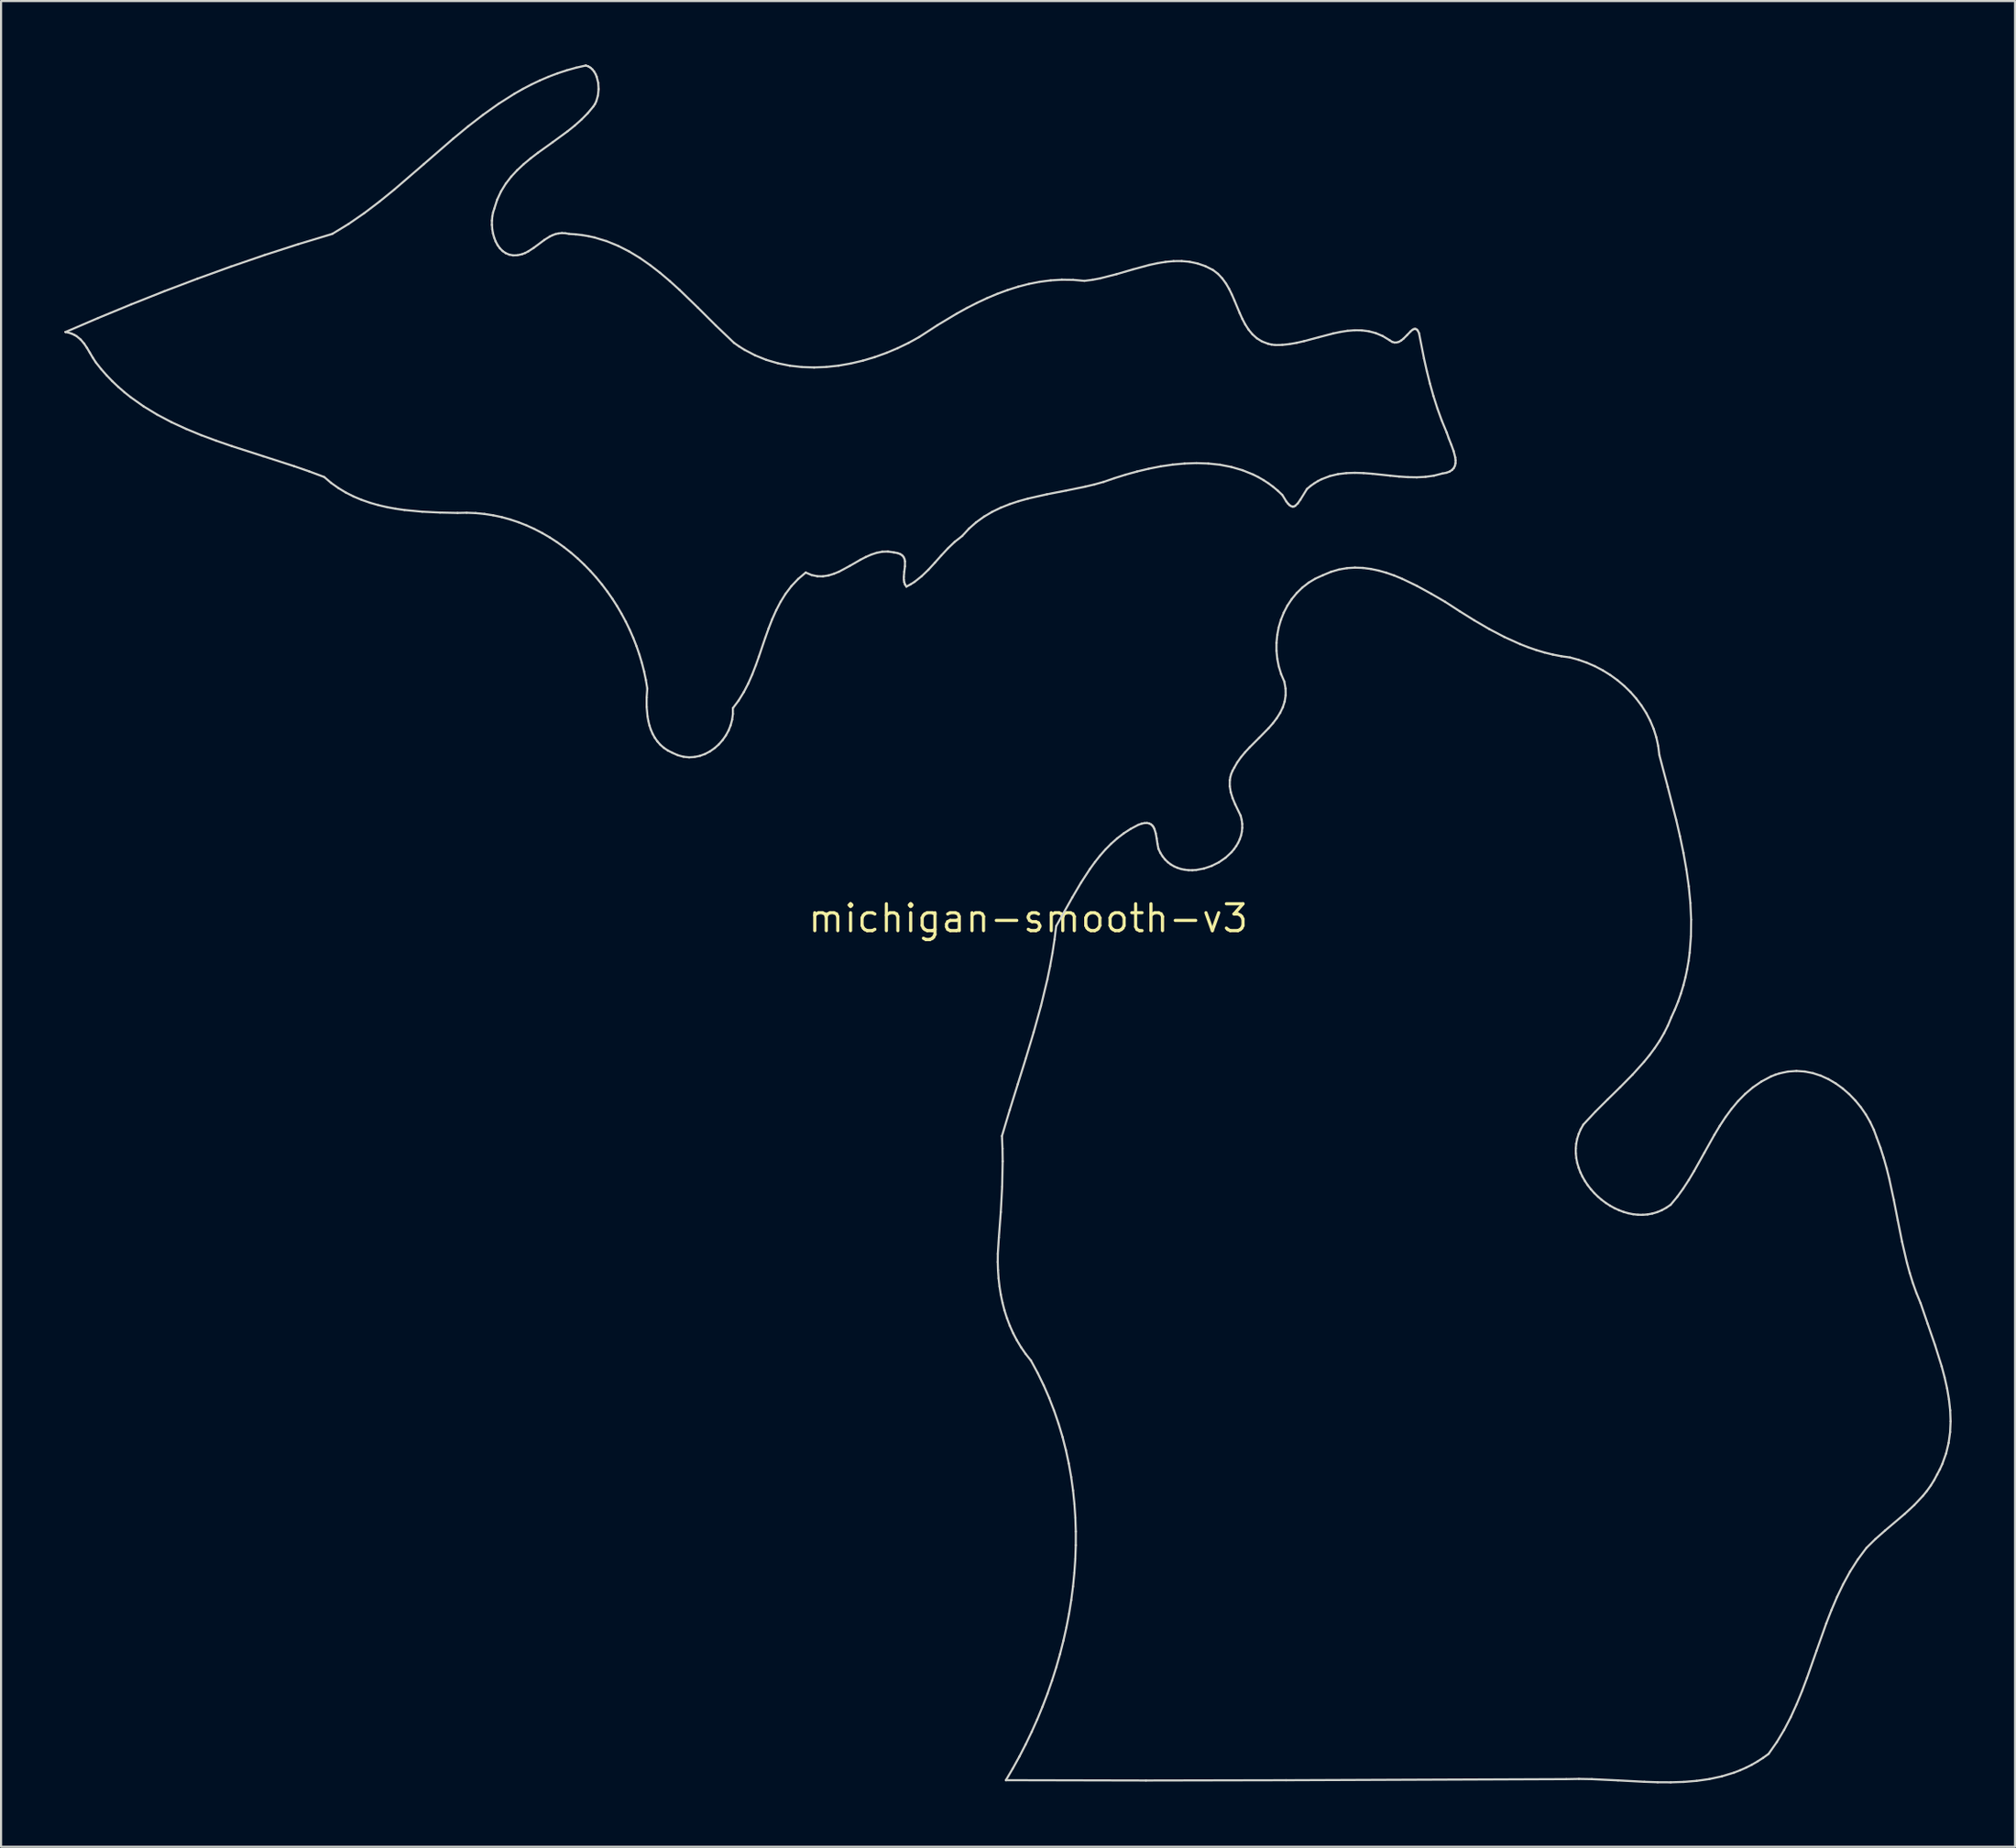
<source format=kicad_pcb>
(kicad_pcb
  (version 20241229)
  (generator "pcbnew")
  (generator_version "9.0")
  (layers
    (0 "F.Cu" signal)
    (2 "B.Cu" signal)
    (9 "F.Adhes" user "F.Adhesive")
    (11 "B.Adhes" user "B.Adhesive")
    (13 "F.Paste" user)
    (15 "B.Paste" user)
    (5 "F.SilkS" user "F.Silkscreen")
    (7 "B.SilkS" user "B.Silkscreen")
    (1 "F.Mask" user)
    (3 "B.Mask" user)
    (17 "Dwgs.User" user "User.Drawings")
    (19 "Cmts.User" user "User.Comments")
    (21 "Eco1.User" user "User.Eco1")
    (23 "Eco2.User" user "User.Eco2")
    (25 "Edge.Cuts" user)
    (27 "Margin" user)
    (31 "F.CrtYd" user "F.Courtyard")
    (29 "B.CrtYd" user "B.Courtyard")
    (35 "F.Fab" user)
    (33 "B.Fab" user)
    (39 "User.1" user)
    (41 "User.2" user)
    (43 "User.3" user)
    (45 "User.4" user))
  (footprint "michigan-smooth-v3"
    (layer "F.Cu")
    (at 45.597 40.413)
    (property "Reference" "michigan-smooth-v3" (at 0 0 0) (layer "F.SilkS") (effects (font (size 1.27 1.27) (thickness 0.15))))
    (attr through_hole)
    (fp_line (start -45.547 -27.75) (end -44.001 -28.413) (stroke (width 0.1) (type solid)) (layer "Edge.Cuts"))
    (fp_line (start -45.547 -27.75) (end -45.547 -27.75) (stroke (width 0.1) (type solid)) (layer "Edge.Cuts"))
    (fp_line (start -45.394 -27.717) (end -45.547 -27.75) (stroke (width 0.1) (type solid)) (layer "Edge.Cuts"))
    (fp_line (start -45.257 -27.672) (end -45.394 -27.717) (stroke (width 0.1) (type solid)) (layer "Edge.Cuts"))
    (fp_line (start -45.133 -27.616) (end -45.257 -27.672) (stroke (width 0.1) (type solid)) (layer "Edge.Cuts"))
    (fp_line (start -45.022 -27.551) (end -45.133 -27.616) (stroke (width 0.1) (type solid)) (layer "Edge.Cuts"))
    (fp_line (start -44.831 -27.393) (end -45.022 -27.551) (stroke (width 0.1) (type solid)) (layer "Edge.Cuts"))
    (fp_line (start -44.67 -27.206) (end -44.831 -27.393) (stroke (width 0.1) (type solid)) (layer "Edge.Cuts"))
    (fp_line (start -44.53 -26.997) (end -44.67 -27.206) (stroke (width 0.1) (type solid)) (layer "Edge.Cuts"))
    (fp_line (start -44.397 -26.772) (end -44.53 -26.997) (stroke (width 0.1) (type solid)) (layer "Edge.Cuts"))
    (fp_line (start -44.26 -26.539) (end -44.397 -26.772) (stroke (width 0.1) (type solid)) (layer "Edge.Cuts"))
    (fp_line (start -44.108 -26.304) (end -44.26 -26.539) (stroke (width 0.1) (type solid)) (layer "Edge.Cuts"))
    (fp_line (start -44.001 -28.413) (end -42.445 -29.056) (stroke (width 0.1) (type solid)) (layer "Edge.Cuts"))
    (fp_line (start -43.86 -25.994) (end -44.108 -26.304) (stroke (width 0.1) (type solid)) (layer "Edge.Cuts"))
    (fp_line (start -43.602 -25.7) (end -43.86 -25.994) (stroke (width 0.1) (type solid)) (layer "Edge.Cuts"))
    (fp_line (start -43.334 -25.421) (end -43.602 -25.7) (stroke (width 0.1) (type solid)) (layer "Edge.Cuts"))
    (fp_line (start -43.056 -25.157) (end -43.334 -25.421) (stroke (width 0.1) (type solid)) (layer "Edge.Cuts"))
    (fp_line (start -42.768 -24.907) (end -43.056 -25.157) (stroke (width 0.1) (type solid)) (layer "Edge.Cuts"))
    (fp_line (start -42.472 -24.669) (end -42.768 -24.907) (stroke (width 0.1) (type solid)) (layer "Edge.Cuts"))
    (fp_line (start -42.445 -29.056) (end -40.881 -29.677) (stroke (width 0.1) (type solid)) (layer "Edge.Cuts"))
    (fp_line (start -41.856 -24.232) (end -42.472 -24.669) (stroke (width 0.1) (type solid)) (layer "Edge.Cuts"))
    (fp_line (start -41.21 -23.839) (end -41.856 -24.232) (stroke (width 0.1) (type solid)) (layer "Edge.Cuts"))
    (fp_line (start -40.881 -29.677) (end -39.307 -30.274) (stroke (width 0.1) (type solid)) (layer "Edge.Cuts"))
    (fp_line (start -40.539 -23.485) (end -41.21 -23.839) (stroke (width 0.1) (type solid)) (layer "Edge.Cuts"))
    (fp_line (start -39.846 -23.165) (end -40.539 -23.485) (stroke (width 0.1) (type solid)) (layer "Edge.Cuts"))
    (fp_line (start -39.307 -30.274) (end -37.725 -30.846) (stroke (width 0.1) (type solid)) (layer "Edge.Cuts"))
    (fp_line (start -39.137 -22.872) (end -39.846 -23.165) (stroke (width 0.1) (type solid)) (layer "Edge.Cuts"))
    (fp_line (start -38.413 -22.603) (end -39.137 -22.872) (stroke (width 0.1) (type solid)) (layer "Edge.Cuts"))
    (fp_line (start -37.725 -30.846) (end -36.133 -31.391) (stroke (width 0.1) (type solid)) (layer "Edge.Cuts"))
    (fp_line (start -37.681 -22.35) (end -38.413 -22.603) (stroke (width 0.1) (type solid)) (layer "Edge.Cuts"))
    (fp_line (start -36.203 -21.875) (end -37.681 -22.35) (stroke (width 0.1) (type solid)) (layer "Edge.Cuts"))
    (fp_line (start -36.133 -31.391) (end -34.533 -31.908) (stroke (width 0.1) (type solid)) (layer "Edge.Cuts"))
    (fp_line (start -34.735 -21.401) (end -36.203 -21.875) (stroke (width 0.1) (type solid)) (layer "Edge.Cuts"))
    (fp_line (start -34.533 -31.908) (end -32.925 -32.394) (stroke (width 0.1) (type solid)) (layer "Edge.Cuts"))
    (fp_line (start -34.015 -21.152) (end -34.735 -21.401) (stroke (width 0.1) (type solid)) (layer "Edge.Cuts"))
    (fp_line (start -33.309 -20.887) (end -34.015 -21.152) (stroke (width 0.1) (type solid)) (layer "Edge.Cuts"))
    (fp_line (start -32.983 -20.61) (end -33.309 -20.887) (stroke (width 0.1) (type solid)) (layer "Edge.Cuts"))
    (fp_line (start -32.925 -32.394) (end -32.156 -32.864) (stroke (width 0.1) (type solid)) (layer "Edge.Cuts"))
    (fp_line (start -32.641 -20.366) (end -32.983 -20.61) (stroke (width 0.1) (type solid)) (layer "Edge.Cuts"))
    (fp_line (start -32.286 -20.151) (end -32.641 -20.366) (stroke (width 0.1) (type solid)) (layer "Edge.Cuts"))
    (fp_line (start -32.156 -32.864) (end -31.412 -33.377) (stroke (width 0.1) (type solid)) (layer "Edge.Cuts"))
    (fp_line (start -31.917 -19.965) (end -32.286 -20.151) (stroke (width 0.1) (type solid)) (layer "Edge.Cuts"))
    (fp_line (start -31.537 -19.806) (end -31.917 -19.965) (stroke (width 0.1) (type solid)) (layer "Edge.Cuts"))
    (fp_line (start -31.412 -33.377) (end -30.689 -33.926) (stroke (width 0.1) (type solid)) (layer "Edge.Cuts"))
    (fp_line (start -31.146 -19.67) (end -31.537 -19.806) (stroke (width 0.1) (type solid)) (layer "Edge.Cuts"))
    (fp_line (start -30.747 -19.556) (end -31.146 -19.67) (stroke (width 0.1) (type solid)) (layer "Edge.Cuts"))
    (fp_line (start -30.689 -33.926) (end -29.982 -34.501) (stroke (width 0.1) (type solid)) (layer "Edge.Cuts"))
    (fp_line (start -30.341 -19.462) (end -30.747 -19.556) (stroke (width 0.1) (type solid)) (layer "Edge.Cuts"))
    (fp_line (start -29.982 -34.501) (end -28.595 -35.697) (stroke (width 0.1) (type solid)) (layer "Edge.Cuts"))
    (fp_line (start -29.929 -19.386) (end -30.341 -19.462) (stroke (width 0.1) (type solid)) (layer "Edge.Cuts"))
    (fp_line (start -29.512 -19.326) (end -29.929 -19.386) (stroke (width 0.1) (type solid)) (layer "Edge.Cuts"))
    (fp_line (start -28.672 -19.246) (end -29.512 -19.326) (stroke (width 0.1) (type solid)) (layer "Edge.Cuts"))
    (fp_line (start -28.595 -35.697) (end -27.211 -36.897) (stroke (width 0.1) (type solid)) (layer "Edge.Cuts"))
    (fp_line (start -27.831 -19.206) (end -28.672 -19.246) (stroke (width 0.1) (type solid)) (layer "Edge.Cuts"))
    (fp_line (start -27.211 -36.897) (end -26.509 -37.476) (stroke (width 0.1) (type solid)) (layer "Edge.Cuts"))
    (fp_line (start -27.001 -19.188) (end -27.831 -19.206) (stroke (width 0.1) (type solid)) (layer "Edge.Cuts"))
    (fp_line (start -26.57 -19.197) (end -27.001 -19.188) (stroke (width 0.1) (type solid)) (layer "Edge.Cuts"))
    (fp_line (start -26.509 -37.476) (end -25.792 -38.031) (stroke (width 0.1) (type solid)) (layer "Edge.Cuts"))
    (fp_line (start -26.145 -19.18) (end -26.57 -19.197) (stroke (width 0.1) (type solid)) (layer "Edge.Cuts"))
    (fp_line (start -25.792 -38.031) (end -25.057 -38.553) (stroke (width 0.1) (type solid)) (layer "Edge.Cuts"))
    (fp_line (start -25.726 -19.139) (end -26.145 -19.18) (stroke (width 0.1) (type solid)) (layer "Edge.Cuts"))
    (fp_line (start -25.374 -32.821) (end -25.357 -32.616) (stroke (width 0.1) (type solid)) (layer "Edge.Cuts"))
    (fp_line (start -25.373 -33.025) (end -25.374 -32.821) (stroke (width 0.1) (type solid)) (layer "Edge.Cuts"))
    (fp_line (start -25.357 -32.616) (end -25.321 -32.413) (stroke (width 0.1) (type solid)) (layer "Edge.Cuts"))
    (fp_line (start -25.354 -33.224) (end -25.373 -33.025) (stroke (width 0.1) (type solid)) (layer "Edge.Cuts"))
    (fp_line (start -25.321 -32.413) (end -25.268 -32.218) (stroke (width 0.1) (type solid)) (layer "Edge.Cuts"))
    (fp_line (start -25.317 -33.412) (end -25.354 -33.224) (stroke (width 0.1) (type solid)) (layer "Edge.Cuts"))
    (fp_line (start -25.313 -19.075) (end -25.726 -19.139) (stroke (width 0.1) (type solid)) (layer "Edge.Cuts"))
    (fp_line (start -25.268 -32.218) (end -25.195 -32.032) (stroke (width 0.1) (type solid)) (layer "Edge.Cuts"))
    (fp_line (start -25.262 -33.587) (end -25.317 -33.412) (stroke (width 0.1) (type solid)) (layer "Edge.Cuts"))
    (fp_line (start -25.195 -32.032) (end -25.105 -31.862) (stroke (width 0.1) (type solid)) (layer "Edge.Cuts"))
    (fp_line (start -25.124 -34.017) (end -25.262 -33.587) (stroke (width 0.1) (type solid)) (layer "Edge.Cuts"))
    (fp_line (start -25.105 -31.862) (end -24.996 -31.711) (stroke (width 0.1) (type solid)) (layer "Edge.Cuts"))
    (fp_line (start -25.057 -38.553) (end -24.299 -39.033) (stroke (width 0.1) (type solid)) (layer "Edge.Cuts"))
    (fp_line (start -24.996 -31.711) (end -24.868 -31.583) (stroke (width 0.1) (type solid)) (layer "Edge.Cuts"))
    (fp_line (start -24.941 -34.409) (end -25.124 -34.017) (stroke (width 0.1) (type solid)) (layer "Edge.Cuts"))
    (fp_line (start -24.907 -18.988) (end -25.313 -19.075) (stroke (width 0.1) (type solid)) (layer "Edge.Cuts"))
    (fp_line (start -24.868 -31.583) (end -24.722 -31.482) (stroke (width 0.1) (type solid)) (layer "Edge.Cuts"))
    (fp_line (start -24.722 -31.482) (end -24.556 -31.413) (stroke (width 0.1) (type solid)) (layer "Edge.Cuts"))
    (fp_line (start -24.72 -34.769) (end -24.941 -34.409) (stroke (width 0.1) (type solid)) (layer "Edge.Cuts"))
    (fp_line (start -24.556 -31.413) (end -24.372 -31.378) (stroke (width 0.1) (type solid)) (layer "Edge.Cuts"))
    (fp_line (start -24.509 -18.878) (end -24.907 -18.988) (stroke (width 0.1) (type solid)) (layer "Edge.Cuts"))
    (fp_line (start -24.463 -35.101) (end -24.72 -34.769) (stroke (width 0.1) (type solid)) (layer "Edge.Cuts"))
    (fp_line (start -24.372 -31.378) (end -24.17 -31.384) (stroke (width 0.1) (type solid)) (layer "Edge.Cuts"))
    (fp_line (start -24.299 -39.033) (end -23.909 -39.254) (stroke (width 0.1) (type solid)) (layer "Edge.Cuts"))
    (fp_line (start -24.178 -35.409) (end -24.463 -35.101) (stroke (width 0.1) (type solid)) (layer "Edge.Cuts"))
    (fp_line (start -24.17 -31.384) (end -23.948 -31.432) (stroke (width 0.1) (type solid)) (layer "Edge.Cuts"))
    (fp_line (start -24.118 -18.748) (end -24.509 -18.878) (stroke (width 0.1) (type solid)) (layer "Edge.Cuts"))
    (fp_line (start -23.948 -31.432) (end -23.8 -31.491) (stroke (width 0.1) (type solid)) (layer "Edge.Cuts"))
    (fp_line (start -23.909 -39.254) (end -23.512 -39.462) (stroke (width 0.1) (type solid)) (layer "Edge.Cuts"))
    (fp_line (start -23.869 -35.697) (end -24.178 -35.409) (stroke (width 0.1) (type solid)) (layer "Edge.Cuts"))
    (fp_line (start -23.8 -31.491) (end -23.66 -31.563) (stroke (width 0.1) (type solid)) (layer "Edge.Cuts"))
    (fp_line (start -23.735 -18.596) (end -24.118 -18.748) (stroke (width 0.1) (type solid)) (layer "Edge.Cuts"))
    (fp_line (start -23.66 -31.563) (end -23.395 -31.734) (stroke (width 0.1) (type solid)) (layer "Edge.Cuts"))
    (fp_line (start -23.541 -35.97) (end -23.869 -35.697) (stroke (width 0.1) (type solid)) (layer "Edge.Cuts"))
    (fp_line (start -23.512 -39.462) (end -23.106 -39.655) (stroke (width 0.1) (type solid)) (layer "Edge.Cuts"))
    (fp_line (start -23.395 -31.734) (end -22.894 -32.108) (stroke (width 0.1) (type solid)) (layer "Edge.Cuts"))
    (fp_line (start -23.361 -18.426) (end -23.735 -18.596) (stroke (width 0.1) (type solid)) (layer "Edge.Cuts"))
    (fp_line (start -23.198 -36.232) (end -23.541 -35.97) (stroke (width 0.1) (type solid)) (layer "Edge.Cuts"))
    (fp_line (start -23.106 -39.655) (end -22.691 -39.833) (stroke (width 0.1) (type solid)) (layer "Edge.Cuts"))
    (fp_line (start -22.995 -18.236) (end -23.361 -18.426) (stroke (width 0.1) (type solid)) (layer "Edge.Cuts"))
    (fp_line (start -22.894 -32.108) (end -22.637 -32.269) (stroke (width 0.1) (type solid)) (layer "Edge.Cuts"))
    (fp_line (start -22.691 -39.833) (end -22.267 -39.993) (stroke (width 0.1) (type solid)) (layer "Edge.Cuts"))
    (fp_line (start -22.639 -18.028) (end -22.995 -18.236) (stroke (width 0.1) (type solid)) (layer "Edge.Cuts"))
    (fp_line (start -22.637 -32.269) (end -22.503 -32.334) (stroke (width 0.1) (type solid)) (layer "Edge.Cuts"))
    (fp_line (start -22.503 -32.334) (end -22.363 -32.385) (stroke (width 0.1) (type solid)) (layer "Edge.Cuts"))
    (fp_line (start -22.493 -36.738) (end -23.198 -36.232) (stroke (width 0.1) (type solid)) (layer "Edge.Cuts"))
    (fp_line (start -22.363 -32.385) (end -22.216 -32.418) (stroke (width 0.1) (type solid)) (layer "Edge.Cuts"))
    (fp_line (start -22.292 -17.803) (end -22.639 -18.028) (stroke (width 0.1) (type solid)) (layer "Edge.Cuts"))
    (fp_line (start -22.267 -39.993) (end -21.833 -40.136) (stroke (width 0.1) (type solid)) (layer "Edge.Cuts"))
    (fp_line (start -22.216 -32.418) (end -22.061 -32.433) (stroke (width 0.1) (type solid)) (layer "Edge.Cuts"))
    (fp_line (start -22.061 -32.433) (end -21.896 -32.425) (stroke (width 0.1) (type solid)) (layer "Edge.Cuts"))
    (fp_line (start -21.956 -17.561) (end -22.292 -17.803) (stroke (width 0.1) (type solid)) (layer "Edge.Cuts"))
    (fp_line (start -21.896 -32.425) (end -21.721 -32.392) (stroke (width 0.1) (type solid)) (layer "Edge.Cuts"))
    (fp_line (start -21.833 -40.136) (end -21.388 -40.26) (stroke (width 0.1) (type solid)) (layer "Edge.Cuts"))
    (fp_line (start -21.792 -37.251) (end -22.493 -36.738) (stroke (width 0.1) (type solid)) (layer "Edge.Cuts"))
    (fp_line (start -21.721 -32.392) (end -21.409 -32.373) (stroke (width 0.1) (type solid)) (layer "Edge.Cuts"))
    (fp_line (start -21.63 -17.303) (end -21.956 -17.561) (stroke (width 0.1) (type solid)) (layer "Edge.Cuts"))
    (fp_line (start -21.457 -37.52) (end -21.792 -37.251) (stroke (width 0.1) (type solid)) (layer "Edge.Cuts"))
    (fp_line (start -21.409 -32.373) (end -21.105 -32.337) (stroke (width 0.1) (type solid)) (layer "Edge.Cuts"))
    (fp_line (start -21.388 -40.26) (end -20.931 -40.363) (stroke (width 0.1) (type solid)) (layer "Edge.Cuts"))
    (fp_line (start -21.315 -17.031) (end -21.63 -17.303) (stroke (width 0.1) (type solid)) (layer "Edge.Cuts"))
    (fp_line (start -21.138 -37.804) (end -21.457 -37.52) (stroke (width 0.1) (type solid)) (layer "Edge.Cuts"))
    (fp_line (start -21.105 -32.337) (end -20.806 -32.287) (stroke (width 0.1) (type solid)) (layer "Edge.Cuts"))
    (fp_line (start -21.012 -16.744) (end -21.315 -17.031) (stroke (width 0.1) (type solid)) (layer "Edge.Cuts"))
    (fp_line (start -20.931 -40.363) (end -20.814 -40.322) (stroke (width 0.1) (type solid)) (layer "Edge.Cuts"))
    (fp_line (start -20.84 -38.106) (end -21.138 -37.804) (stroke (width 0.1) (type solid)) (layer "Edge.Cuts"))
    (fp_line (start -20.814 -40.322) (end -20.71 -40.259) (stroke (width 0.1) (type solid)) (layer "Edge.Cuts"))
    (fp_line (start -20.806 -32.287) (end -20.515 -32.221) (stroke (width 0.1) (type solid)) (layer "Edge.Cuts"))
    (fp_line (start -20.72 -16.445) (end -21.012 -16.744) (stroke (width 0.1) (type solid)) (layer "Edge.Cuts"))
    (fp_line (start -20.71 -40.259) (end -20.618 -40.175) (stroke (width 0.1) (type solid)) (layer "Edge.Cuts"))
    (fp_line (start -20.618 -40.175) (end -20.539 -40.074) (stroke (width 0.1) (type solid)) (layer "Edge.Cuts"))
    (fp_line (start -20.569 -38.431) (end -20.84 -38.106) (stroke (width 0.1) (type solid)) (layer "Edge.Cuts"))
    (fp_line (start -20.539 -40.074) (end -20.472 -39.958) (stroke (width 0.1) (type solid)) (layer "Edge.Cuts"))
    (fp_line (start -20.515 -32.221) (end -19.949 -32.05) (stroke (width 0.1) (type solid)) (layer "Edge.Cuts"))
    (fp_line (start -20.497 -38.542) (end -20.569 -38.431) (stroke (width 0.1) (type solid)) (layer "Edge.Cuts"))
    (fp_line (start -20.472 -39.958) (end -20.418 -39.83) (stroke (width 0.1) (type solid)) (layer "Edge.Cuts"))
    (fp_line (start -20.44 -16.132) (end -20.72 -16.445) (stroke (width 0.1) (type solid)) (layer "Edge.Cuts"))
    (fp_line (start -20.438 -38.667) (end -20.497 -38.542) (stroke (width 0.1) (type solid)) (layer "Edge.Cuts"))
    (fp_line (start -20.418 -39.83) (end -20.347 -39.547) (stroke (width 0.1) (type solid)) (layer "Edge.Cuts"))
    (fp_line (start -20.357 -38.945) (end -20.438 -38.667) (stroke (width 0.1) (type solid)) (layer "Edge.Cuts"))
    (fp_line (start -20.347 -39.547) (end -20.327 -39.246) (stroke (width 0.1) (type solid)) (layer "Edge.Cuts"))
    (fp_line (start -20.327 -39.246) (end -20.357 -38.945) (stroke (width 0.1) (type solid)) (layer "Edge.Cuts"))
    (fp_line (start -20.173 -15.808) (end -20.44 -16.132) (stroke (width 0.1) (type solid)) (layer "Edge.Cuts"))
    (fp_line (start -19.949 -32.05) (end -19.405 -31.828) (stroke (width 0.1) (type solid)) (layer "Edge.Cuts"))
    (fp_line (start -19.918 -15.472) (end -20.173 -15.808) (stroke (width 0.1) (type solid)) (layer "Edge.Cuts"))
    (fp_line (start -19.677 -15.127) (end -19.918 -15.472) (stroke (width 0.1) (type solid)) (layer "Edge.Cuts"))
    (fp_line (start -19.45 -14.772) (end -19.677 -15.127) (stroke (width 0.1) (type solid)) (layer "Edge.Cuts"))
    (fp_line (start -19.405 -31.828) (end -18.882 -31.562) (stroke (width 0.1) (type solid)) (layer "Edge.Cuts"))
    (fp_line (start -19.237 -14.408) (end -19.45 -14.772) (stroke (width 0.1) (type solid)) (layer "Edge.Cuts"))
    (fp_line (start -19.039 -14.037) (end -19.237 -14.408) (stroke (width 0.1) (type solid)) (layer "Edge.Cuts"))
    (fp_line (start -18.882 -31.562) (end -18.377 -31.256) (stroke (width 0.1) (type solid)) (layer "Edge.Cuts"))
    (fp_line (start -18.855 -13.658) (end -19.039 -14.037) (stroke (width 0.1) (type solid)) (layer "Edge.Cuts"))
    (fp_line (start -18.687 -13.273) (end -18.855 -13.658) (stroke (width 0.1) (type solid)) (layer "Edge.Cuts"))
    (fp_line (start -18.535 -12.883) (end -18.687 -13.273) (stroke (width 0.1) (type solid)) (layer "Edge.Cuts"))
    (fp_line (start -18.399 -12.488) (end -18.535 -12.883) (stroke (width 0.1) (type solid)) (layer "Edge.Cuts"))
    (fp_line (start -18.377 -31.256) (end -17.889 -30.916) (stroke (width 0.1) (type solid)) (layer "Edge.Cuts"))
    (fp_line (start -18.279 -12.089) (end -18.399 -12.488) (stroke (width 0.1) (type solid)) (layer "Edge.Cuts"))
    (fp_line (start -18.176 -11.687) (end -18.279 -12.089) (stroke (width 0.1) (type solid)) (layer "Edge.Cuts"))
    (fp_line (start -18.091 -11.283) (end -18.176 -11.687) (stroke (width 0.1) (type solid)) (layer "Edge.Cuts"))
    (fp_line (start -18.054 -10.008) (end -18.054 -10.45) (stroke (width 0.1) (type solid)) (layer "Edge.Cuts"))
    (fp_line (start -18.054 -10.45) (end -18.024 -10.877) (stroke (width 0.1) (type solid)) (layer "Edge.Cuts"))
    (fp_line (start -18.024 -10.877) (end -18.091 -11.283) (stroke (width 0.1) (type solid)) (layer "Edge.Cuts"))
    (fp_line (start -18.014 -9.565) (end -18.054 -10.008) (stroke (width 0.1) (type solid)) (layer "Edge.Cuts"))
    (fp_line (start -17.975 -9.347) (end -18.014 -9.565) (stroke (width 0.1) (type solid)) (layer "Edge.Cuts"))
    (fp_line (start -17.923 -9.135) (end -17.975 -9.347) (stroke (width 0.1) (type solid)) (layer "Edge.Cuts"))
    (fp_line (start -17.889 -30.916) (end -17.415 -30.548) (stroke (width 0.1) (type solid)) (layer "Edge.Cuts"))
    (fp_line (start -17.855 -8.929) (end -17.923 -9.135) (stroke (width 0.1) (type solid)) (layer "Edge.Cuts"))
    (fp_line (start -17.77 -8.733) (end -17.855 -8.929) (stroke (width 0.1) (type solid)) (layer "Edge.Cuts"))
    (fp_line (start -17.668 -8.547) (end -17.77 -8.733) (stroke (width 0.1) (type solid)) (layer "Edge.Cuts"))
    (fp_line (start -17.546 -8.373) (end -17.668 -8.547) (stroke (width 0.1) (type solid)) (layer "Edge.Cuts"))
    (fp_line (start -17.415 -30.548) (end -16.954 -30.157) (stroke (width 0.1) (type solid)) (layer "Edge.Cuts"))
    (fp_line (start -17.404 -8.214) (end -17.546 -8.373) (stroke (width 0.1) (type solid)) (layer "Edge.Cuts"))
    (fp_line (start -17.24 -8.07) (end -17.404 -8.214) (stroke (width 0.1) (type solid)) (layer "Edge.Cuts"))
    (fp_line (start -17.053 -7.944) (end -17.24 -8.07) (stroke (width 0.1) (type solid)) (layer "Edge.Cuts"))
    (fp_line (start -16.954 -30.157) (end -16.504 -29.749) (stroke (width 0.1) (type solid)) (layer "Edge.Cuts"))
    (fp_line (start -16.842 -7.838) (end -17.053 -7.944) (stroke (width 0.1) (type solid)) (layer "Edge.Cuts"))
    (fp_line (start -16.576 -7.72) (end -16.842 -7.838) (stroke (width 0.1) (type solid)) (layer "Edge.Cuts"))
    (fp_line (start -16.504 -29.749) (end -15.628 -28.902) (stroke (width 0.1) (type solid)) (layer "Edge.Cuts"))
    (fp_line (start -16.309 -7.649) (end -16.576 -7.72) (stroke (width 0.1) (type solid)) (layer "Edge.Cuts"))
    (fp_line (start -16.044 -7.623) (end -16.309 -7.649) (stroke (width 0.1) (type solid)) (layer "Edge.Cuts"))
    (fp_line (start -15.783 -7.639) (end -16.044 -7.623) (stroke (width 0.1) (type solid)) (layer "Edge.Cuts"))
    (fp_line (start -15.628 -28.902) (end -14.773 -28.05) (stroke (width 0.1) (type solid)) (layer "Edge.Cuts"))
    (fp_line (start -15.53 -7.693) (end -15.783 -7.639) (stroke (width 0.1) (type solid)) (layer "Edge.Cuts"))
    (fp_line (start -15.286 -7.782) (end -15.53 -7.693) (stroke (width 0.1) (type solid)) (layer "Edge.Cuts"))
    (fp_line (start -15.055 -7.904) (end -15.286 -7.782) (stroke (width 0.1) (type solid)) (layer "Edge.Cuts"))
    (fp_line (start -14.839 -8.055) (end -15.055 -7.904) (stroke (width 0.1) (type solid)) (layer "Edge.Cuts"))
    (fp_line (start -14.773 -28.05) (end -13.923 -27.238) (stroke (width 0.1) (type solid)) (layer "Edge.Cuts"))
    (fp_line (start -14.641 -8.232) (end -14.839 -8.055) (stroke (width 0.1) (type solid)) (layer "Edge.Cuts"))
    (fp_line (start -14.463 -8.432) (end -14.641 -8.232) (stroke (width 0.1) (type solid)) (layer "Edge.Cuts"))
    (fp_line (start -14.308 -8.653) (end -14.463 -8.432) (stroke (width 0.1) (type solid)) (layer "Edge.Cuts"))
    (fp_line (start -14.179 -8.89) (end -14.308 -8.653) (stroke (width 0.1) (type solid)) (layer "Edge.Cuts"))
    (fp_line (start -14.079 -9.141) (end -14.179 -8.89) (stroke (width 0.1) (type solid)) (layer "Edge.Cuts"))
    (fp_line (start -14.009 -9.404) (end -14.079 -9.141) (stroke (width 0.1) (type solid)) (layer "Edge.Cuts"))
    (fp_line (start -13.974 -9.949) (end -13.973 -9.674) (stroke (width 0.1) (type solid)) (layer "Edge.Cuts"))
    (fp_line (start -13.973 -9.674) (end -14.009 -9.404) (stroke (width 0.1) (type solid)) (layer "Edge.Cuts"))
    (fp_line (start -13.923 -27.238) (end -13.68 -27.068) (stroke (width 0.1) (type solid)) (layer "Edge.Cuts"))
    (fp_line (start -13.698 -10.318) (end -13.974 -9.949) (stroke (width 0.1) (type solid)) (layer "Edge.Cuts"))
    (fp_line (start -13.68 -27.068) (end -13.432 -26.912) (stroke (width 0.1) (type solid)) (layer "Edge.Cuts"))
    (fp_line (start -13.457 -10.708) (end -13.698 -10.318) (stroke (width 0.1) (type solid)) (layer "Edge.Cuts"))
    (fp_line (start -13.432 -26.912) (end -12.919 -26.643) (stroke (width 0.1) (type solid)) (layer "Edge.Cuts"))
    (fp_line (start -13.247 -11.115) (end -13.457 -10.708) (stroke (width 0.1) (type solid)) (layer "Edge.Cuts"))
    (fp_line (start -13.061 -11.536) (end -13.247 -11.115) (stroke (width 0.1) (type solid)) (layer "Edge.Cuts"))
    (fp_line (start -12.919 -26.643) (end -12.387 -26.429) (stroke (width 0.1) (type solid)) (layer "Edge.Cuts"))
    (fp_line (start -12.893 -11.968) (end -13.061 -11.536) (stroke (width 0.1) (type solid)) (layer "Edge.Cuts"))
    (fp_line (start -12.737 -12.406) (end -12.893 -11.968) (stroke (width 0.1) (type solid)) (layer "Edge.Cuts"))
    (fp_line (start -12.438 -13.289) (end -12.737 -12.406) (stroke (width 0.1) (type solid)) (layer "Edge.Cuts"))
    (fp_line (start -12.387 -26.429) (end -11.839 -26.268) (stroke (width 0.1) (type solid)) (layer "Edge.Cuts"))
    (fp_line (start -12.282 -13.725) (end -12.438 -13.289) (stroke (width 0.1) (type solid)) (layer "Edge.Cuts"))
    (fp_line (start -12.115 -14.155) (end -12.282 -13.725) (stroke (width 0.1) (type solid)) (layer "Edge.Cuts"))
    (fp_line (start -11.93 -14.572) (end -12.115 -14.155) (stroke (width 0.1) (type solid)) (layer "Edge.Cuts"))
    (fp_line (start -11.839 -26.268) (end -11.279 -26.156) (stroke (width 0.1) (type solid)) (layer "Edge.Cuts"))
    (fp_line (start -11.721 -14.975) (end -11.93 -14.572) (stroke (width 0.1) (type solid)) (layer "Edge.Cuts"))
    (fp_line (start -11.482 -15.36) (end -11.721 -14.975) (stroke (width 0.1) (type solid)) (layer "Edge.Cuts"))
    (fp_line (start -11.279 -26.156) (end -10.709 -26.092) (stroke (width 0.1) (type solid)) (layer "Edge.Cuts"))
    (fp_line (start -11.208 -15.722) (end -11.482 -15.36) (stroke (width 0.1) (type solid)) (layer "Edge.Cuts"))
    (fp_line (start -10.891 -16.058) (end -11.208 -15.722) (stroke (width 0.1) (type solid)) (layer "Edge.Cuts"))
    (fp_line (start -10.709 -26.092) (end -10.132 -26.073) (stroke (width 0.1) (type solid)) (layer "Edge.Cuts"))
    (fp_line (start -10.528 -16.366) (end -10.891 -16.058) (stroke (width 0.1) (type solid)) (layer "Edge.Cuts"))
    (fp_line (start -10.249 -16.248) (end -10.528 -16.366) (stroke (width 0.1) (type solid)) (layer "Edge.Cuts"))
    (fp_line (start -10.132 -26.073) (end -9.552 -26.096) (stroke (width 0.1) (type solid)) (layer "Edge.Cuts"))
    (fp_line (start -9.977 -16.191) (end -10.249 -16.248) (stroke (width 0.1) (type solid)) (layer "Edge.Cuts"))
    (fp_line (start -9.712 -16.187) (end -9.977 -16.191) (stroke (width 0.1) (type solid)) (layer "Edge.Cuts"))
    (fp_line (start -9.552 -26.096) (end -8.972 -26.159) (stroke (width 0.1) (type solid)) (layer "Edge.Cuts"))
    (fp_line (start -9.452 -16.228) (end -9.712 -16.187) (stroke (width 0.1) (type solid)) (layer "Edge.Cuts"))
    (fp_line (start -9.197 -16.306) (end -9.452 -16.228) (stroke (width 0.1) (type solid)) (layer "Edge.Cuts"))
    (fp_line (start -8.972 -26.159) (end -8.395 -26.26) (stroke (width 0.1) (type solid)) (layer "Edge.Cuts"))
    (fp_line (start -8.944 -16.412) (end -9.197 -16.306) (stroke (width 0.1) (type solid)) (layer "Edge.Cuts"))
    (fp_line (start -8.445 -16.68) (end -8.944 -16.412) (stroke (width 0.1) (type solid)) (layer "Edge.Cuts"))
    (fp_line (start -8.395 -26.26) (end -7.824 -26.395) (stroke (width 0.1) (type solid)) (layer "Edge.Cuts"))
    (fp_line (start -7.945 -16.968) (end -8.445 -16.68) (stroke (width 0.1) (type solid)) (layer "Edge.Cuts"))
    (fp_line (start -7.824 -26.395) (end -7.262 -26.563) (stroke (width 0.1) (type solid)) (layer "Edge.Cuts"))
    (fp_line (start -7.692 -17.1) (end -7.945 -16.968) (stroke (width 0.1) (type solid)) (layer "Edge.Cuts"))
    (fp_line (start -7.436 -17.213) (end -7.692 -17.1) (stroke (width 0.1) (type solid)) (layer "Edge.Cuts"))
    (fp_line (start -7.262 -26.563) (end -6.712 -26.761) (stroke (width 0.1) (type solid)) (layer "Edge.Cuts"))
    (fp_line (start -7.176 -17.299) (end -7.436 -17.213) (stroke (width 0.1) (type solid)) (layer "Edge.Cuts"))
    (fp_line (start -6.91 -17.351) (end -7.176 -17.299) (stroke (width 0.1) (type solid)) (layer "Edge.Cuts"))
    (fp_line (start -6.712 -26.761) (end -6.177 -26.986) (stroke (width 0.1) (type solid)) (layer "Edge.Cuts"))
    (fp_line (start -6.638 -17.361) (end -6.91 -17.351) (stroke (width 0.1) (type solid)) (layer "Edge.Cuts"))
    (fp_line (start -6.358 -17.32) (end -6.638 -17.361) (stroke (width 0.1) (type solid)) (layer "Edge.Cuts"))
    (fp_line (start -6.188 -17.29) (end -6.358 -17.32) (stroke (width 0.1) (type solid)) (layer "Edge.Cuts"))
    (fp_line (start -6.177 -26.986) (end -5.661 -27.236) (stroke (width 0.1) (type solid)) (layer "Edge.Cuts"))
    (fp_line (start -6.057 -17.242) (end -6.188 -17.29) (stroke (width 0.1) (type solid)) (layer "Edge.Cuts"))
    (fp_line (start -5.961 -17.176) (end -6.057 -17.242) (stroke (width 0.1) (type solid)) (layer "Edge.Cuts"))
    (fp_line (start -5.894 -17.095) (end -5.961 -17.176) (stroke (width 0.1) (type solid)) (layer "Edge.Cuts"))
    (fp_line (start -5.888 -16.152) (end -5.865 -16.408) (stroke (width 0.1) (type solid)) (layer "Edge.Cuts"))
    (fp_line (start -5.886 -16.029) (end -5.888 -16.152) (stroke (width 0.1) (type solid)) (layer "Edge.Cuts"))
    (fp_line (start -5.867 -15.911) (end -5.886 -16.029) (stroke (width 0.1) (type solid)) (layer "Edge.Cuts"))
    (fp_line (start -5.865 -16.408) (end -5.834 -16.661) (stroke (width 0.1) (type solid)) (layer "Edge.Cuts"))
    (fp_line (start -5.853 -17.001) (end -5.894 -17.095) (stroke (width 0.1) (type solid)) (layer "Edge.Cuts"))
    (fp_line (start -5.834 -16.661) (end -5.832 -16.896) (stroke (width 0.1) (type solid)) (layer "Edge.Cuts"))
    (fp_line (start -5.832 -16.896) (end -5.853 -17.001) (stroke (width 0.1) (type solid)) (layer "Edge.Cuts"))
    (fp_line (start -5.829 -15.801) (end -5.867 -15.911) (stroke (width 0.1) (type solid)) (layer "Edge.Cuts"))
    (fp_line (start -5.766 -15.701) (end -5.829 -15.801) (stroke (width 0.1) (type solid)) (layer "Edge.Cuts"))
    (fp_line (start -5.661 -27.236) (end -5.167 -27.508) (stroke (width 0.1) (type solid)) (layer "Edge.Cuts"))
    (fp_line (start -5.571 -15.804) (end -5.766 -15.701) (stroke (width 0.1) (type solid)) (layer "Edge.Cuts"))
    (fp_line (start -5.386 -15.921) (end -5.571 -15.804) (stroke (width 0.1) (type solid)) (layer "Edge.Cuts"))
    (fp_line (start -5.167 -27.508) (end -4.286 -28.08) (stroke (width 0.1) (type solid)) (layer "Edge.Cuts"))
    (fp_line (start -5.041 -16.194) (end -5.386 -15.921) (stroke (width 0.1) (type solid)) (layer "Edge.Cuts"))
    (fp_line (start -4.721 -16.503) (end -5.041 -16.194) (stroke (width 0.1) (type solid)) (layer "Edge.Cuts"))
    (fp_line (start -4.416 -16.835) (end -4.721 -16.503) (stroke (width 0.1) (type solid)) (layer "Edge.Cuts"))
    (fp_line (start -4.286 -28.08) (end -3.375 -28.626) (stroke (width 0.1) (type solid)) (layer "Edge.Cuts"))
    (fp_line (start -4.114 -17.175) (end -4.416 -16.835) (stroke (width 0.1) (type solid)) (layer "Edge.Cuts"))
    (fp_line (start -3.806 -17.507) (end -4.114 -17.175) (stroke (width 0.1) (type solid)) (layer "Edge.Cuts"))
    (fp_line (start -3.482 -17.818) (end -3.806 -17.507) (stroke (width 0.1) (type solid)) (layer "Edge.Cuts"))
    (fp_line (start -3.375 -28.626) (end -2.909 -28.883) (stroke (width 0.1) (type solid)) (layer "Edge.Cuts"))
    (fp_line (start -3.13 -18.092) (end -3.482 -17.818) (stroke (width 0.1) (type solid)) (layer "Edge.Cuts"))
    (fp_line (start -2.909 -28.883) (end -2.436 -29.125) (stroke (width 0.1) (type solid)) (layer "Edge.Cuts"))
    (fp_line (start -2.807 -18.443) (end -3.13 -18.092) (stroke (width 0.1) (type solid)) (layer "Edge.Cuts"))
    (fp_line (start -2.461 -18.748) (end -2.807 -18.443) (stroke (width 0.1) (type solid)) (layer "Edge.Cuts"))
    (fp_line (start -2.436 -29.125) (end -1.956 -29.35) (stroke (width 0.1) (type solid)) (layer "Edge.Cuts"))
    (fp_line (start -2.093 -19.012) (end -2.461 -18.748) (stroke (width 0.1) (type solid)) (layer "Edge.Cuts"))
    (fp_line (start -1.956 -29.35) (end -1.469 -29.555) (stroke (width 0.1) (type solid)) (layer "Edge.Cuts"))
    (fp_line (start -1.706 -19.24) (end -2.093 -19.012) (stroke (width 0.1) (type solid)) (layer "Edge.Cuts"))
    (fp_line (start -1.469 -29.555) (end -0.975 -29.738) (stroke (width 0.1) (type solid)) (layer "Edge.Cuts"))
    (fp_line (start -1.443 16.263) (end -1.44 15.875) (stroke (width 0.1) (type solid)) (layer "Edge.Cuts"))
    (fp_line (start -1.44 15.875) (end -1.391 15.103) (stroke (width 0.1) (type solid)) (layer "Edge.Cuts"))
    (fp_line (start -1.431 16.651) (end -1.443 16.263) (stroke (width 0.1) (type solid)) (layer "Edge.Cuts"))
    (fp_line (start -1.404 17.038) (end -1.431 16.651) (stroke (width 0.1) (type solid)) (layer "Edge.Cuts"))
    (fp_line (start -1.391 15.103) (end -1.3 13.903) (stroke (width 0.1) (type solid)) (layer "Edge.Cuts"))
    (fp_line (start -1.36 17.423) (end -1.404 17.038) (stroke (width 0.1) (type solid)) (layer "Edge.Cuts"))
    (fp_line (start -1.302 -19.435) (end -1.706 -19.24) (stroke (width 0.1) (type solid)) (layer "Edge.Cuts"))
    (fp_line (start -1.3 13.903) (end -1.235 12.699) (stroke (width 0.1) (type solid)) (layer "Edge.Cuts"))
    (fp_line (start -1.3 17.804) (end -1.36 17.423) (stroke (width 0.1) (type solid)) (layer "Edge.Cuts"))
    (fp_line (start -1.244 10.301) (end -0.877 9.072) (stroke (width 0.1) (type solid)) (layer "Edge.Cuts"))
    (fp_line (start -1.235 12.699) (end -1.211 11.496) (stroke (width 0.1) (type solid)) (layer "Edge.Cuts"))
    (fp_line (start -1.221 18.182) (end -1.3 17.804) (stroke (width 0.1) (type solid)) (layer "Edge.Cuts"))
    (fp_line (start -1.22 10.898) (end -1.244 10.301) (stroke (width 0.1) (type solid)) (layer "Edge.Cuts"))
    (fp_line (start -1.211 11.496) (end -1.22 10.898) (stroke (width 0.1) (type solid)) (layer "Edge.Cuts"))
    (fp_line (start -1.125 18.554) (end -1.221 18.182) (stroke (width 0.1) (type solid)) (layer "Edge.Cuts"))
    (fp_line (start -1.059 40.788) (end -1.059 40.789) (stroke (width 0.1) (type solid)) (layer "Edge.Cuts"))
    (fp_line (start -1.059 40.789) (end -0.732 40.234) (stroke (width 0.1) (type solid)) (layer "Edge.Cuts"))
    (fp_line (start -1.009 18.919) (end -1.125 18.554) (stroke (width 0.1) (type solid)) (layer "Edge.Cuts"))
    (fp_line (start -0.975 -29.738) (end -0.475 -29.896) (stroke (width 0.1) (type solid)) (layer "Edge.Cuts"))
    (fp_line (start -0.884 -19.601) (end -1.302 -19.435) (stroke (width 0.1) (type solid)) (layer "Edge.Cuts"))
    (fp_line (start -0.877 9.072) (end -0.494 7.843) (stroke (width 0.1) (type solid)) (layer "Edge.Cuts"))
    (fp_line (start -0.873 19.278) (end -1.009 18.919) (stroke (width 0.1) (type solid)) (layer "Edge.Cuts"))
    (fp_line (start -0.732 40.234) (end -0.419 39.668) (stroke (width 0.1) (type solid)) (layer "Edge.Cuts"))
    (fp_line (start -0.717 19.628) (end -0.873 19.278) (stroke (width 0.1) (type solid)) (layer "Edge.Cuts"))
    (fp_line (start -0.539 19.969) (end -0.717 19.628) (stroke (width 0.1) (type solid)) (layer "Edge.Cuts"))
    (fp_line (start -0.494 7.843) (end -0.111 6.614) (stroke (width 0.1) (type solid)) (layer "Edge.Cuts"))
    (fp_line (start -0.475 -29.896) (end 0.032 -30.027) (stroke (width 0.1) (type solid)) (layer "Edge.Cuts"))
    (fp_line (start -0.454 -19.744) (end -0.884 -19.601) (stroke (width 0.1) (type solid)) (layer "Edge.Cuts"))
    (fp_line (start -0.419 39.668) (end -0.122 39.092) (stroke (width 0.1) (type solid)) (layer "Edge.Cuts"))
    (fp_line (start -0.34 20.3) (end -0.539 19.969) (stroke (width 0.1) (type solid)) (layer "Edge.Cuts"))
    (fp_line (start -0.122 39.092) (end 0.16 38.506) (stroke (width 0.1) (type solid)) (layer "Edge.Cuts"))
    (fp_line (start -0.118 20.62) (end -0.34 20.3) (stroke (width 0.1) (type solid)) (layer "Edge.Cuts"))
    (fp_line (start -0.111 6.614) (end 0.259 5.381) (stroke (width 0.1) (type solid)) (layer "Edge.Cuts"))
    (fp_line (start -0.015 -19.867) (end -0.454 -19.744) (stroke (width 0.1) (type solid)) (layer "Edge.Cuts"))
    (fp_line (start 0.032 -30.027) (end 0.545 -30.127) (stroke (width 0.1) (type solid)) (layer "Edge.Cuts"))
    (fp_line (start 0.127 20.927) (end -0.118 20.62) (stroke (width 0.1) (type solid)) (layer "Edge.Cuts"))
    (fp_line (start 0.16 38.506) (end 0.426 37.911) (stroke (width 0.1) (type solid)) (layer "Edge.Cuts"))
    (fp_line (start 0.259 5.381) (end 0.602 4.143) (stroke (width 0.1) (type solid)) (layer "Edge.Cuts"))
    (fp_line (start 0.426 37.911) (end 0.675 37.307) (stroke (width 0.1) (type solid)) (layer "Edge.Cuts"))
    (fp_line (start 0.441 21.508) (end 0.127 20.927) (stroke (width 0.1) (type solid)) (layer "Edge.Cuts"))
    (fp_line (start 0.545 -30.127) (end 1.064 -30.194) (stroke (width 0.1) (type solid)) (layer "Edge.Cuts"))
    (fp_line (start 0.602 4.143) (end 0.902 2.896) (stroke (width 0.1) (type solid)) (layer "Edge.Cuts"))
    (fp_line (start 0.675 37.307) (end 0.908 36.697) (stroke (width 0.1) (type solid)) (layer "Edge.Cuts"))
    (fp_line (start 0.729 22.099) (end 0.441 21.508) (stroke (width 0.1) (type solid)) (layer "Edge.Cuts"))
    (fp_line (start 0.884 -20.07) (end -0.015 -19.867) (stroke (width 0.1) (type solid)) (layer "Edge.Cuts"))
    (fp_line (start 0.902 2.896) (end 1.032 2.269) (stroke (width 0.1) (type solid)) (layer "Edge.Cuts"))
    (fp_line (start 0.908 36.697) (end 1.123 36.079) (stroke (width 0.1) (type solid)) (layer "Edge.Cuts"))
    (fp_line (start 0.99 22.698) (end 0.729 22.099) (stroke (width 0.1) (type solid)) (layer "Edge.Cuts"))
    (fp_line (start 1.032 2.269) (end 1.146 1.639) (stroke (width 0.1) (type solid)) (layer "Edge.Cuts"))
    (fp_line (start 1.064 -30.194) (end 1.59 -30.225) (stroke (width 0.1) (type solid)) (layer "Edge.Cuts"))
    (fp_line (start 1.123 36.079) (end 1.321 35.455) (stroke (width 0.1) (type solid)) (layer "Edge.Cuts"))
    (fp_line (start 1.146 1.639) (end 1.242 1.006) (stroke (width 0.1) (type solid)) (layer "Edge.Cuts"))
    (fp_line (start 1.225 23.306) (end 0.99 22.698) (stroke (width 0.1) (type solid)) (layer "Edge.Cuts"))
    (fp_line (start 1.242 1.006) (end 1.319 0.369) (stroke (width 0.1) (type solid)) (layer "Edge.Cuts"))
    (fp_line (start 1.319 0.369) (end 2.085 -0.991) (stroke (width 0.1) (type solid)) (layer "Edge.Cuts"))
    (fp_line (start 1.321 35.455) (end 1.501 34.825) (stroke (width 0.1) (type solid)) (layer "Edge.Cuts"))
    (fp_line (start 1.435 23.92) (end 1.225 23.306) (stroke (width 0.1) (type solid)) (layer "Edge.Cuts"))
    (fp_line (start 1.501 34.825) (end 1.663 34.19) (stroke (width 0.1) (type solid)) (layer "Edge.Cuts"))
    (fp_line (start 1.59 -30.225) (end 2.121 -30.218) (stroke (width 0.1) (type solid)) (layer "Edge.Cuts"))
    (fp_line (start 1.621 24.541) (end 1.435 23.92) (stroke (width 0.1) (type solid)) (layer "Edge.Cuts"))
    (fp_line (start 1.663 34.19) (end 1.806 33.551) (stroke (width 0.1) (type solid)) (layer "Edge.Cuts"))
    (fp_line (start 1.781 25.169) (end 1.621 24.541) (stroke (width 0.1) (type solid)) (layer "Edge.Cuts"))
    (fp_line (start 1.794 -20.247) (end 0.884 -20.07) (stroke (width 0.1) (type solid)) (layer "Edge.Cuts"))
    (fp_line (start 1.806 33.551) (end 1.93 32.909) (stroke (width 0.1) (type solid)) (layer "Edge.Cuts"))
    (fp_line (start 1.917 25.801) (end 1.781 25.169) (stroke (width 0.1) (type solid)) (layer "Edge.Cuts"))
    (fp_line (start 1.93 32.909) (end 2.034 32.264) (stroke (width 0.1) (type solid)) (layer "Edge.Cuts"))
    (fp_line (start 2.03 26.438) (end 1.917 25.801) (stroke (width 0.1) (type solid)) (layer "Edge.Cuts"))
    (fp_line (start 2.034 32.264) (end 2.118 31.616) (stroke (width 0.1) (type solid)) (layer "Edge.Cuts"))
    (fp_line (start 2.085 -0.991) (end 2.488 -1.677) (stroke (width 0.1) (type solid)) (layer "Edge.Cuts"))
    (fp_line (start 2.118 31.616) (end 2.182 30.967) (stroke (width 0.1) (type solid)) (layer "Edge.Cuts"))
    (fp_line (start 2.119 27.079) (end 2.03 26.438) (stroke (width 0.1) (type solid)) (layer "Edge.Cuts"))
    (fp_line (start 2.121 -30.218) (end 2.658 -30.171) (stroke (width 0.1) (type solid)) (layer "Edge.Cuts"))
    (fp_line (start 2.182 30.967) (end 2.226 30.317) (stroke (width 0.1) (type solid)) (layer "Edge.Cuts"))
    (fp_line (start 2.185 27.723) (end 2.119 27.079) (stroke (width 0.1) (type solid)) (layer "Edge.Cuts"))
    (fp_line (start 2.226 30.317) (end 2.248 29.667) (stroke (width 0.1) (type solid)) (layer "Edge.Cuts"))
    (fp_line (start 2.228 28.369) (end 2.185 27.723) (stroke (width 0.1) (type solid)) (layer "Edge.Cuts"))
    (fp_line (start 2.248 29.667) (end 2.249 29.018) (stroke (width 0.1) (type solid)) (layer "Edge.Cuts"))
    (fp_line (start 2.249 29.018) (end 2.228 28.369) (stroke (width 0.1) (type solid)) (layer "Edge.Cuts"))
    (fp_line (start 2.488 -1.677) (end 2.92 -2.341) (stroke (width 0.1) (type solid)) (layer "Edge.Cuts"))
    (fp_line (start 2.658 -30.171) (end 3.034 -30.219) (stroke (width 0.1) (type solid)) (layer "Edge.Cuts"))
    (fp_line (start 2.695 -20.431) (end 1.794 -20.247) (stroke (width 0.1) (type solid)) (layer "Edge.Cuts"))
    (fp_line (start 2.92 -2.341) (end 3.151 -2.66) (stroke (width 0.1) (type solid)) (layer "Edge.Cuts"))
    (fp_line (start 3.034 -30.219) (end 3.414 -30.292) (stroke (width 0.1) (type solid)) (layer "Edge.Cuts"))
    (fp_line (start 3.137 -20.537) (end 2.695 -20.431) (stroke (width 0.1) (type solid)) (layer "Edge.Cuts"))
    (fp_line (start 3.151 -2.66) (end 3.394 -2.966) (stroke (width 0.1) (type solid)) (layer "Edge.Cuts"))
    (fp_line (start 3.394 -2.966) (end 3.651 -3.259) (stroke (width 0.1) (type solid)) (layer "Edge.Cuts"))
    (fp_line (start 3.414 -30.292) (end 4.179 -30.488) (stroke (width 0.1) (type solid)) (layer "Edge.Cuts"))
    (fp_line (start 3.57 -20.657) (end 3.137 -20.537) (stroke (width 0.1) (type solid)) (layer "Edge.Cuts"))
    (fp_line (start 3.651 -3.259) (end 3.924 -3.534) (stroke (width 0.1) (type solid)) (layer "Edge.Cuts"))
    (fp_line (start 3.924 -3.534) (end 4.213 -3.791) (stroke (width 0.1) (type solid)) (layer "Edge.Cuts"))
    (fp_line (start 4.081 -20.834) (end 3.57 -20.657) (stroke (width 0.1) (type solid)) (layer "Edge.Cuts"))
    (fp_line (start 4.179 -30.488) (end 4.951 -30.713) (stroke (width 0.1) (type solid)) (layer "Edge.Cuts"))
    (fp_line (start 4.213 -3.791) (end 4.521 -4.026) (stroke (width 0.1) (type solid)) (layer "Edge.Cuts"))
    (fp_line (start 4.521 -4.026) (end 4.849 -4.237) (stroke (width 0.1) (type solid)) (layer "Edge.Cuts"))
    (fp_line (start 4.609 -20.999) (end 4.081 -20.834) (stroke (width 0.1) (type solid)) (layer "Edge.Cuts"))
    (fp_line (start 4.849 -4.237) (end 5.198 -4.423) (stroke (width 0.1) (type solid)) (layer "Edge.Cuts"))
    (fp_line (start 4.951 -30.713) (end 5.724 -30.922) (stroke (width 0.1) (type solid)) (layer "Edge.Cuts"))
    (fp_line (start 5.151 -21.15) (end 4.609 -20.999) (stroke (width 0.1) (type solid)) (layer "Edge.Cuts"))
    (fp_line (start 5.198 -4.423) (end 5.36 -4.481) (stroke (width 0.1) (type solid)) (layer "Edge.Cuts"))
    (fp_line (start 5.36 -4.481) (end 5.499 -4.51) (stroke (width 0.1) (type solid)) (layer "Edge.Cuts"))
    (fp_line (start 5.499 -4.51) (end 5.617 -4.514) (stroke (width 0.1) (type solid)) (layer "Edge.Cuts"))
    (fp_line (start 5.568 40.802) (end -1.059 40.788) (stroke (width 0.1) (type solid)) (layer "Edge.Cuts"))
    (fp_line (start 5.617 -4.514) (end 5.717 -4.495) (stroke (width 0.1) (type solid)) (layer "Edge.Cuts"))
    (fp_line (start 5.704 -21.281) (end 5.151 -21.15) (stroke (width 0.1) (type solid)) (layer "Edge.Cuts"))
    (fp_line (start 5.717 -4.495) (end 5.8 -4.455) (stroke (width 0.1) (type solid)) (layer "Edge.Cuts"))
    (fp_line (start 5.724 -30.922) (end 6.11 -31.006) (stroke (width 0.1) (type solid)) (layer "Edge.Cuts"))
    (fp_line (start 5.8 -4.455) (end 5.869 -4.396) (stroke (width 0.1) (type solid)) (layer "Edge.Cuts"))
    (fp_line (start 5.869 -4.396) (end 5.924 -4.321) (stroke (width 0.1) (type solid)) (layer "Edge.Cuts"))
    (fp_line (start 5.924 -4.321) (end 5.969 -4.232) (stroke (width 0.1) (type solid)) (layer "Edge.Cuts"))
    (fp_line (start 5.969 -4.232) (end 6.032 -4.021) (stroke (width 0.1) (type solid)) (layer "Edge.Cuts"))
    (fp_line (start 6.032 -4.021) (end 6.075 -3.782) (stroke (width 0.1) (type solid)) (layer "Edge.Cuts"))
    (fp_line (start 6.075 -3.782) (end 6.112 -3.532) (stroke (width 0.1) (type solid)) (layer "Edge.Cuts"))
    (fp_line (start 6.11 -31.006) (end 6.494 -31.069) (stroke (width 0.1) (type solid)) (layer "Edge.Cuts"))
    (fp_line (start 6.112 -3.532) (end 6.158 -3.291) (stroke (width 0.1) (type solid)) (layer "Edge.Cuts"))
    (fp_line (start 6.158 -3.291) (end 6.249 -3.101) (stroke (width 0.1) (type solid)) (layer "Edge.Cuts"))
    (fp_line (start 6.249 -3.101) (end 6.354 -2.932) (stroke (width 0.1) (type solid)) (layer "Edge.Cuts"))
    (fp_line (start 6.264 -21.391) (end 5.704 -21.281) (stroke (width 0.1) (type solid)) (layer "Edge.Cuts"))
    (fp_line (start 6.354 -2.932) (end 6.473 -2.785) (stroke (width 0.1) (type solid)) (layer "Edge.Cuts"))
    (fp_line (start 6.473 -2.785) (end 6.605 -2.657) (stroke (width 0.1) (type solid)) (layer "Edge.Cuts"))
    (fp_line (start 6.494 -31.069) (end 6.876 -31.105) (stroke (width 0.1) (type solid)) (layer "Edge.Cuts"))
    (fp_line (start 6.605 -2.657) (end 6.747 -2.549) (stroke (width 0.1) (type solid)) (layer "Edge.Cuts"))
    (fp_line (start 6.747 -2.549) (end 6.9 -2.46) (stroke (width 0.1) (type solid)) (layer "Edge.Cuts"))
    (fp_line (start 6.829 -21.473) (end 6.264 -21.391) (stroke (width 0.1) (type solid)) (layer "Edge.Cuts"))
    (fp_line (start 6.876 -31.105) (end 7.256 -31.108) (stroke (width 0.1) (type solid)) (layer "Edge.Cuts"))
    (fp_line (start 6.9 -2.46) (end 7.061 -2.389) (stroke (width 0.1) (type solid)) (layer "Edge.Cuts"))
    (fp_line (start 7.061 -2.389) (end 7.229 -2.336) (stroke (width 0.1) (type solid)) (layer "Edge.Cuts"))
    (fp_line (start 7.229 -2.336) (end 7.403 -2.3) (stroke (width 0.1) (type solid)) (layer "Edge.Cuts"))
    (fp_line (start 7.256 -31.108) (end 7.633 -31.074) (stroke (width 0.1) (type solid)) (layer "Edge.Cuts"))
    (fp_line (start 7.395 -21.526) (end 6.829 -21.473) (stroke (width 0.1) (type solid)) (layer "Edge.Cuts"))
    (fp_line (start 7.403 -2.3) (end 7.582 -2.281) (stroke (width 0.1) (type solid)) (layer "Edge.Cuts"))
    (fp_line (start 7.582 -2.281) (end 7.764 -2.278) (stroke (width 0.1) (type solid)) (layer "Edge.Cuts"))
    (fp_line (start 7.633 -31.074) (end 8.007 -30.995) (stroke (width 0.1) (type solid)) (layer "Edge.Cuts"))
    (fp_line (start 7.764 -2.278) (end 7.948 -2.29) (stroke (width 0.1) (type solid)) (layer "Edge.Cuts"))
    (fp_line (start 7.948 -2.29) (end 8.317 -2.359) (stroke (width 0.1) (type solid)) (layer "Edge.Cuts"))
    (fp_line (start 7.959 -21.545) (end 7.395 -21.526) (stroke (width 0.1) (type solid)) (layer "Edge.Cuts"))
    (fp_line (start 8.007 -30.995) (end 8.376 -30.867) (stroke (width 0.1) (type solid)) (layer "Edge.Cuts"))
    (fp_line (start 8.317 -2.359) (end 8.678 -2.482) (stroke (width 0.1) (type solid)) (layer "Edge.Cuts"))
    (fp_line (start 8.376 -30.867) (end 8.741 -30.684) (stroke (width 0.1) (type solid)) (layer "Edge.Cuts"))
    (fp_line (start 8.518 -21.527) (end 7.959 -21.545) (stroke (width 0.1) (type solid)) (layer "Edge.Cuts"))
    (fp_line (start 8.678 -2.482) (end 9.022 -2.654) (stroke (width 0.1) (type solid)) (layer "Edge.Cuts"))
    (fp_line (start 8.741 -30.684) (end 8.977 -30.502) (stroke (width 0.1) (type solid)) (layer "Edge.Cuts"))
    (fp_line (start 8.977 -30.502) (end 9.179 -30.287) (stroke (width 0.1) (type solid)) (layer "Edge.Cuts"))
    (fp_line (start 9.022 -2.654) (end 9.337 -2.872) (stroke (width 0.1) (type solid)) (layer "Edge.Cuts"))
    (fp_line (start 9.069 -21.468) (end 8.518 -21.527) (stroke (width 0.1) (type solid)) (layer "Edge.Cuts"))
    (fp_line (start 9.179 -30.287) (end 9.353 -30.047) (stroke (width 0.1) (type solid)) (layer "Edge.Cuts"))
    (fp_line (start 9.337 -2.872) (end 9.614 -3.13) (stroke (width 0.1) (type solid)) (layer "Edge.Cuts"))
    (fp_line (start 9.353 -30.047) (end 9.505 -29.785) (stroke (width 0.1) (type solid)) (layer "Edge.Cuts"))
    (fp_line (start 9.505 -29.785) (end 9.64 -29.509) (stroke (width 0.1) (type solid)) (layer "Edge.Cuts"))
    (fp_line (start 9.533 -6.251) (end 9.536 -6.54) (stroke (width 0.1) (type solid)) (layer "Edge.Cuts"))
    (fp_line (start 9.536 -6.54) (end 9.56 -6.686) (stroke (width 0.1) (type solid)) (layer "Edge.Cuts"))
    (fp_line (start 9.56 -6.686) (end 9.601 -6.833) (stroke (width 0.1) (type solid)) (layer "Edge.Cuts"))
    (fp_line (start 9.582 -5.965) (end 9.533 -6.251) (stroke (width 0.1) (type solid)) (layer "Edge.Cuts"))
    (fp_line (start 9.601 -6.833) (end 9.662 -6.98) (stroke (width 0.1) (type solid)) (layer "Edge.Cuts"))
    (fp_line (start 9.608 -21.363) (end 9.069 -21.468) (stroke (width 0.1) (type solid)) (layer "Edge.Cuts"))
    (fp_line (start 9.614 -3.13) (end 9.734 -3.273) (stroke (width 0.1) (type solid)) (layer "Edge.Cuts"))
    (fp_line (start 9.64 -29.509) (end 9.764 -29.223) (stroke (width 0.1) (type solid)) (layer "Edge.Cuts"))
    (fp_line (start 9.662 -6.98) (end 9.743 -7.128) (stroke (width 0.1) (type solid)) (layer "Edge.Cuts"))
    (fp_line (start 9.671 -5.683) (end 9.582 -5.965) (stroke (width 0.1) (type solid)) (layer "Edge.Cuts"))
    (fp_line (start 9.734 -3.273) (end 9.841 -3.424) (stroke (width 0.1) (type solid)) (layer "Edge.Cuts"))
    (fp_line (start 9.743 -7.128) (end 9.89 -7.384) (stroke (width 0.1) (type solid)) (layer "Edge.Cuts"))
    (fp_line (start 9.764 -29.223) (end 10.003 -28.648) (stroke (width 0.1) (type solid)) (layer "Edge.Cuts"))
    (fp_line (start 9.786 -5.404) (end 9.671 -5.683) (stroke (width 0.1) (type solid)) (layer "Edge.Cuts"))
    (fp_line (start 9.841 -3.424) (end 9.933 -3.582) (stroke (width 0.1) (type solid)) (layer "Edge.Cuts"))
    (fp_line (start 9.89 -7.384) (end 10.065 -7.63) (stroke (width 0.1) (type solid)) (layer "Edge.Cuts"))
    (fp_line (start 9.933 -3.582) (end 10.008 -3.748) (stroke (width 0.1) (type solid)) (layer "Edge.Cuts"))
    (fp_line (start 10.003 -28.648) (end 10.129 -28.37) (stroke (width 0.1) (type solid)) (layer "Edge.Cuts"))
    (fp_line (start 10.008 -3.748) (end 10.067 -3.92) (stroke (width 0.1) (type solid)) (layer "Edge.Cuts"))
    (fp_line (start 10.049 -4.859) (end 9.786 -5.404) (stroke (width 0.1) (type solid)) (layer "Edge.Cuts"))
    (fp_line (start 10.065 -7.63) (end 10.262 -7.866) (stroke (width 0.1) (type solid)) (layer "Edge.Cuts"))
    (fp_line (start 10.067 -3.92) (end 10.106 -4.098) (stroke (width 0.1) (type solid)) (layer "Edge.Cuts"))
    (fp_line (start 10.098 -4.663) (end 10.049 -4.859) (stroke (width 0.1) (type solid)) (layer "Edge.Cuts"))
    (fp_line (start 10.106 -4.098) (end 10.125 -4.282) (stroke (width 0.1) (type solid)) (layer "Edge.Cuts"))
    (fp_line (start 10.123 -4.47) (end 10.098 -4.663) (stroke (width 0.1) (type solid)) (layer "Edge.Cuts"))
    (fp_line (start 10.125 -4.282) (end 10.123 -4.47) (stroke (width 0.1) (type solid)) (layer "Edge.Cuts"))
    (fp_line (start 10.129 -28.37) (end 10.267 -28.106) (stroke (width 0.1) (type solid)) (layer "Edge.Cuts"))
    (fp_line (start 10.133 -21.21) (end 9.608 -21.363) (stroke (width 0.1) (type solid)) (layer "Edge.Cuts"))
    (fp_line (start 10.262 -7.866) (end 10.475 -8.096) (stroke (width 0.1) (type solid)) (layer "Edge.Cuts"))
    (fp_line (start 10.267 -28.106) (end 10.424 -27.861) (stroke (width 0.1) (type solid)) (layer "Edge.Cuts"))
    (fp_line (start 10.424 -27.861) (end 10.604 -27.642) (stroke (width 0.1) (type solid)) (layer "Edge.Cuts"))
    (fp_line (start 10.475 -8.096) (end 10.926 -8.547) (stroke (width 0.1) (type solid)) (layer "Edge.Cuts"))
    (fp_line (start 10.604 -27.642) (end 10.814 -27.454) (stroke (width 0.1) (type solid)) (layer "Edge.Cuts"))
    (fp_line (start 10.639 -21.005) (end 10.133 -21.21) (stroke (width 0.1) (type solid)) (layer "Edge.Cuts"))
    (fp_line (start 10.814 -27.454) (end 11.059 -27.302) (stroke (width 0.1) (type solid)) (layer "Edge.Cuts"))
    (fp_line (start 10.885 -20.882) (end 10.639 -21.005) (stroke (width 0.1) (type solid)) (layer "Edge.Cuts"))
    (fp_line (start 10.926 -8.547) (end 11.37 -9) (stroke (width 0.1) (type solid)) (layer "Edge.Cuts"))
    (fp_line (start 11.059 -27.302) (end 11.346 -27.194) (stroke (width 0.1) (type solid)) (layer "Edge.Cuts"))
    (fp_line (start 11.125 -20.744) (end 10.885 -20.882) (stroke (width 0.1) (type solid)) (layer "Edge.Cuts"))
    (fp_line (start 11.346 -27.194) (end 11.506 -27.157) (stroke (width 0.1) (type solid)) (layer "Edge.Cuts"))
    (fp_line (start 11.359 -20.591) (end 11.125 -20.744) (stroke (width 0.1) (type solid)) (layer "Edge.Cuts"))
    (fp_line (start 11.37 -9) (end 11.574 -9.233) (stroke (width 0.1) (type solid)) (layer "Edge.Cuts"))
    (fp_line (start 11.506 -27.157) (end 11.679 -27.134) (stroke (width 0.1) (type solid)) (layer "Edge.Cuts"))
    (fp_line (start 11.574 -9.233) (end 11.758 -9.474) (stroke (width 0.1) (type solid)) (layer "Edge.Cuts"))
    (fp_line (start 11.586 -20.423) (end 11.359 -20.591) (stroke (width 0.1) (type solid)) (layer "Edge.Cuts"))
    (fp_line (start 11.679 -27.134) (end 12.019 -27.141) (stroke (width 0.1) (type solid)) (layer "Edge.Cuts"))
    (fp_line (start 11.743 -13.036) (end 11.779 -13.408) (stroke (width 0.1) (type solid)) (layer "Edge.Cuts"))
    (fp_line (start 11.743 -12.662) (end 11.743 -13.036) (stroke (width 0.1) (type solid)) (layer "Edge.Cuts"))
    (fp_line (start 11.758 -9.474) (end 11.916 -9.725) (stroke (width 0.1) (type solid)) (layer "Edge.Cuts"))
    (fp_line (start 11.779 -13.408) (end 11.849 -13.775) (stroke (width 0.1) (type solid)) (layer "Edge.Cuts"))
    (fp_line (start 11.78 -12.288) (end 11.743 -12.662) (stroke (width 0.1) (type solid)) (layer "Edge.Cuts"))
    (fp_line (start 11.807 -20.239) (end 11.586 -20.423) (stroke (width 0.1) (type solid)) (layer "Edge.Cuts"))
    (fp_line (start 11.849 -13.775) (end 11.954 -14.132) (stroke (width 0.1) (type solid)) (layer "Edge.Cuts"))
    (fp_line (start 11.853 -11.919) (end 11.78 -12.288) (stroke (width 0.1) (type solid)) (layer "Edge.Cuts"))
    (fp_line (start 11.916 -9.725) (end 12.043 -9.988) (stroke (width 0.1) (type solid)) (layer "Edge.Cuts"))
    (fp_line (start 11.954 -14.132) (end 12.092 -14.476) (stroke (width 0.1) (type solid)) (layer "Edge.Cuts"))
    (fp_line (start 11.964 -11.558) (end 11.853 -11.919) (stroke (width 0.1) (type solid)) (layer "Edge.Cuts"))
    (fp_line (start 12.019 -27.141) (end 12.361 -27.178) (stroke (width 0.1) (type solid)) (layer "Edge.Cuts"))
    (fp_line (start 12.02 -20.038) (end 11.807 -20.239) (stroke (width 0.1) (type solid)) (layer "Edge.Cuts"))
    (fp_line (start 12.043 -9.988) (end 12.132 -10.265) (stroke (width 0.1) (type solid)) (layer "Edge.Cuts"))
    (fp_line (start 12.092 -14.476) (end 12.263 -14.804) (stroke (width 0.1) (type solid)) (layer "Edge.Cuts"))
    (fp_line (start 12.114 -11.207) (end 11.964 -11.558) (stroke (width 0.1) (type solid)) (layer "Edge.Cuts"))
    (fp_line (start 12.132 -10.265) (end 12.178 -10.559) (stroke (width 0.1) (type solid)) (layer "Edge.Cuts"))
    (fp_line (start 12.174 -10.873) (end 12.114 -11.207) (stroke (width 0.1) (type solid)) (layer "Edge.Cuts"))
    (fp_line (start 12.178 -10.559) (end 12.174 -10.873) (stroke (width 0.1) (type solid)) (layer "Edge.Cuts"))
    (fp_line (start 12.196 40.789) (end 5.568 40.802) (stroke (width 0.1) (type solid)) (layer "Edge.Cuts"))
    (fp_line (start 12.208 -19.731) (end 12.02 -20.038) (stroke (width 0.1) (type solid)) (layer "Edge.Cuts"))
    (fp_line (start 12.263 -14.804) (end 12.467 -15.112) (stroke (width 0.1) (type solid)) (layer "Edge.Cuts"))
    (fp_line (start 12.29 -19.627) (end 12.208 -19.731) (stroke (width 0.1) (type solid)) (layer "Edge.Cuts"))
    (fp_line (start 12.361 -27.178) (end 12.703 -27.239) (stroke (width 0.1) (type solid)) (layer "Edge.Cuts"))
    (fp_line (start 12.365 -19.553) (end 12.29 -19.627) (stroke (width 0.1) (type solid)) (layer "Edge.Cuts"))
    (fp_line (start 12.436 -19.507) (end 12.365 -19.553) (stroke (width 0.1) (type solid)) (layer "Edge.Cuts"))
    (fp_line (start 12.467 -15.112) (end 12.702 -15.398) (stroke (width 0.1) (type solid)) (layer "Edge.Cuts"))
    (fp_line (start 12.502 -19.488) (end 12.436 -19.507) (stroke (width 0.1) (type solid)) (layer "Edge.Cuts"))
    (fp_line (start 12.565 -19.493) (end 12.502 -19.488) (stroke (width 0.1) (type solid)) (layer "Edge.Cuts"))
    (fp_line (start 12.626 -19.52) (end 12.565 -19.493) (stroke (width 0.1) (type solid)) (layer "Edge.Cuts"))
    (fp_line (start 12.702 -15.398) (end 12.968 -15.657) (stroke (width 0.1) (type solid)) (layer "Edge.Cuts"))
    (fp_line (start 12.703 -27.239) (end 13.047 -27.317) (stroke (width 0.1) (type solid)) (layer "Edge.Cuts"))
    (fp_line (start 12.748 -19.635) (end 12.626 -19.52) (stroke (width 0.1) (type solid)) (layer "Edge.Cuts"))
    (fp_line (start 12.875 -19.817) (end 12.748 -19.635) (stroke (width 0.1) (type solid)) (layer "Edge.Cuts"))
    (fp_line (start 12.968 -15.657) (end 13.264 -15.886) (stroke (width 0.1) (type solid)) (layer "Edge.Cuts"))
    (fp_line (start 13.047 -27.317) (end 13.736 -27.501) (stroke (width 0.1) (type solid)) (layer "Edge.Cuts"))
    (fp_line (start 13.186 -20.321) (end 12.875 -19.817) (stroke (width 0.1) (type solid)) (layer "Edge.Cuts"))
    (fp_line (start 13.264 -15.886) (end 13.59 -16.083) (stroke (width 0.1) (type solid)) (layer "Edge.Cuts"))
    (fp_line (start 13.356 -20.464) (end 13.186 -20.321) (stroke (width 0.1) (type solid)) (layer "Edge.Cuts"))
    (fp_line (start 13.53 -20.588) (end 13.356 -20.464) (stroke (width 0.1) (type solid)) (layer "Edge.Cuts"))
    (fp_line (start 13.59 -16.083) (end 13.945 -16.242) (stroke (width 0.1) (type solid)) (layer "Edge.Cuts"))
    (fp_line (start 13.708 -20.697) (end 13.53 -20.588) (stroke (width 0.1) (type solid)) (layer "Edge.Cuts"))
    (fp_line (start 13.736 -27.501) (end 14.423 -27.681) (stroke (width 0.1) (type solid)) (layer "Edge.Cuts"))
    (fp_line (start 13.89 -20.789) (end 13.708 -20.697) (stroke (width 0.1) (type solid)) (layer "Edge.Cuts"))
    (fp_line (start 13.945 -16.242) (end 14.323 -16.4) (stroke (width 0.1) (type solid)) (layer "Edge.Cuts"))
    (fp_line (start 14.264 -20.931) (end 13.89 -20.789) (stroke (width 0.1) (type solid)) (layer "Edge.Cuts"))
    (fp_line (start 14.323 -16.4) (end 14.701 -16.51) (stroke (width 0.1) (type solid)) (layer "Edge.Cuts"))
    (fp_line (start 14.423 -27.681) (end 14.764 -27.753) (stroke (width 0.1) (type solid)) (layer "Edge.Cuts"))
    (fp_line (start 14.65 -21.023) (end 14.264 -20.931) (stroke (width 0.1) (type solid)) (layer "Edge.Cuts"))
    (fp_line (start 14.701 -16.51) (end 15.079 -16.575) (stroke (width 0.1) (type solid)) (layer "Edge.Cuts"))
    (fp_line (start 14.764 -27.753) (end 15.105 -27.806) (stroke (width 0.1) (type solid)) (layer "Edge.Cuts"))
    (fp_line (start 15.046 -21.072) (end 14.65 -21.023) (stroke (width 0.1) (type solid)) (layer "Edge.Cuts"))
    (fp_line (start 15.079 -16.575) (end 15.456 -16.599) (stroke (width 0.1) (type solid)) (layer "Edge.Cuts"))
    (fp_line (start 15.105 -27.806) (end 15.443 -27.833) (stroke (width 0.1) (type solid)) (layer "Edge.Cuts"))
    (fp_line (start 15.443 -27.833) (end 15.779 -27.828) (stroke (width 0.1) (type solid)) (layer "Edge.Cuts"))
    (fp_line (start 15.451 -21.086) (end 15.046 -21.072) (stroke (width 0.1) (type solid)) (layer "Edge.Cuts"))
    (fp_line (start 15.456 -16.599) (end 15.832 -16.585) (stroke (width 0.1) (type solid)) (layer "Edge.Cuts"))
    (fp_line (start 15.779 -27.828) (end 16.112 -27.785) (stroke (width 0.1) (type solid)) (layer "Edge.Cuts"))
    (fp_line (start 15.832 -16.585) (end 16.206 -16.537) (stroke (width 0.1) (type solid)) (layer "Edge.Cuts"))
    (fp_line (start 15.863 -21.073) (end 15.451 -21.086) (stroke (width 0.1) (type solid)) (layer "Edge.Cuts"))
    (fp_line (start 16.112 -27.785) (end 16.441 -27.698) (stroke (width 0.1) (type solid)) (layer "Edge.Cuts"))
    (fp_line (start 16.206 -16.537) (end 16.578 -16.459) (stroke (width 0.1) (type solid)) (layer "Edge.Cuts"))
    (fp_line (start 16.28 -21.041) (end 15.863 -21.073) (stroke (width 0.1) (type solid)) (layer "Edge.Cuts"))
    (fp_line (start 16.441 -27.698) (end 16.767 -27.56) (stroke (width 0.1) (type solid)) (layer "Edge.Cuts"))
    (fp_line (start 16.578 -16.459) (end 16.947 -16.354) (stroke (width 0.1) (type solid)) (layer "Edge.Cuts"))
    (fp_line (start 16.767 -27.56) (end 17.089 -27.365) (stroke (width 0.1) (type solid)) (layer "Edge.Cuts"))
    (fp_line (start 16.947 -16.354) (end 17.313 -16.226) (stroke (width 0.1) (type solid)) (layer "Edge.Cuts"))
    (fp_line (start 17.089 -27.365) (end 17.21 -27.287) (stroke (width 0.1) (type solid)) (layer "Edge.Cuts"))
    (fp_line (start 17.123 -20.952) (end 16.28 -21.041) (stroke (width 0.1) (type solid)) (layer "Edge.Cuts"))
    (fp_line (start 17.21 -27.287) (end 17.327 -27.252) (stroke (width 0.1) (type solid)) (layer "Edge.Cuts"))
    (fp_line (start 17.313 -16.226) (end 17.674 -16.078) (stroke (width 0.1) (type solid)) (layer "Edge.Cuts"))
    (fp_line (start 17.327 -27.252) (end 17.438 -27.256) (stroke (width 0.1) (type solid)) (layer "Edge.Cuts"))
    (fp_line (start 17.438 -27.256) (end 17.545 -27.291) (stroke (width 0.1) (type solid)) (layer "Edge.Cuts"))
    (fp_line (start 17.545 -20.91) (end 17.123 -20.952) (stroke (width 0.1) (type solid)) (layer "Edge.Cuts"))
    (fp_line (start 17.545 -27.291) (end 17.647 -27.351) (stroke (width 0.1) (type solid)) (layer "Edge.Cuts"))
    (fp_line (start 17.647 -27.351) (end 17.744 -27.428) (stroke (width 0.1) (type solid)) (layer "Edge.Cuts"))
    (fp_line (start 17.674 -16.078) (end 18.382 -15.737) (stroke (width 0.1) (type solid)) (layer "Edge.Cuts"))
    (fp_line (start 17.744 -27.428) (end 17.926 -27.609) (stroke (width 0.1) (type solid)) (layer "Edge.Cuts"))
    (fp_line (start 17.926 -27.609) (end 18.09 -27.78) (stroke (width 0.1) (type solid)) (layer "Edge.Cuts"))
    (fp_line (start 17.965 -20.882) (end 17.545 -20.91) (stroke (width 0.1) (type solid)) (layer "Edge.Cuts"))
    (fp_line (start 18.09 -27.78) (end 18.166 -27.845) (stroke (width 0.1) (type solid)) (layer "Edge.Cuts"))
    (fp_line (start 18.166 -27.845) (end 18.237 -27.887) (stroke (width 0.1) (type solid)) (layer "Edge.Cuts"))
    (fp_line (start 18.237 -27.887) (end 18.305 -27.9) (stroke (width 0.1) (type solid)) (layer "Edge.Cuts"))
    (fp_line (start 18.305 -27.9) (end 18.37 -27.877) (stroke (width 0.1) (type solid)) (layer "Edge.Cuts"))
    (fp_line (start 18.37 -27.877) (end 18.43 -27.812) (stroke (width 0.1) (type solid)) (layer "Edge.Cuts"))
    (fp_line (start 18.381 -20.874) (end 17.965 -20.882) (stroke (width 0.1) (type solid)) (layer "Edge.Cuts"))
    (fp_line (start 18.382 -15.737) (end 19.067 -15.361) (stroke (width 0.1) (type solid)) (layer "Edge.Cuts"))
    (fp_line (start 18.43 -27.812) (end 18.487 -27.696) (stroke (width 0.1) (type solid)) (layer "Edge.Cuts"))
    (fp_line (start 18.487 -27.696) (end 18.723 -26.497) (stroke (width 0.1) (type solid)) (layer "Edge.Cuts"))
    (fp_line (start 18.723 -26.497) (end 18.857 -25.899) (stroke (width 0.1) (type solid)) (layer "Edge.Cuts"))
    (fp_line (start 18.792 -20.895) (end 18.381 -20.874) (stroke (width 0.1) (type solid)) (layer "Edge.Cuts"))
    (fp_line (start 18.857 -25.899) (end 19.005 -25.305) (stroke (width 0.1) (type solid)) (layer "Edge.Cuts"))
    (fp_line (start 19.005 -25.305) (end 19.17 -24.716) (stroke (width 0.1) (type solid)) (layer "Edge.Cuts"))
    (fp_line (start 19.067 -15.361) (end 19.725 -14.979) (stroke (width 0.1) (type solid)) (layer "Edge.Cuts"))
    (fp_line (start 19.17 -24.716) (end 19.356 -24.132) (stroke (width 0.1) (type solid)) (layer "Edge.Cuts"))
    (fp_line (start 19.195 -20.952) (end 18.792 -20.895) (stroke (width 0.1) (type solid)) (layer "Edge.Cuts"))
    (fp_line (start 19.356 -24.132) (end 19.565 -23.555) (stroke (width 0.1) (type solid)) (layer "Edge.Cuts"))
    (fp_line (start 19.565 -23.555) (end 19.8 -22.986) (stroke (width 0.1) (type solid)) (layer "Edge.Cuts"))
    (fp_line (start 19.59 -21.053) (end 19.195 -20.952) (stroke (width 0.1) (type solid)) (layer "Edge.Cuts"))
    (fp_line (start 19.725 -14.979) (end 20.408 -14.536) (stroke (width 0.1) (type solid)) (layer "Edge.Cuts"))
    (fp_line (start 19.783 -21.089) (end 19.59 -21.053) (stroke (width 0.1) (type solid)) (layer "Edge.Cuts"))
    (fp_line (start 19.8 -22.986) (end 19.896 -22.713) (stroke (width 0.1) (type solid)) (layer "Edge.Cuts"))
    (fp_line (start 19.896 -22.713) (end 20.014 -22.416) (stroke (width 0.1) (type solid)) (layer "Edge.Cuts"))
    (fp_line (start 19.936 -21.146) (end 19.783 -21.089) (stroke (width 0.1) (type solid)) (layer "Edge.Cuts"))
    (fp_line (start 20.014 -22.416) (end 20.125 -22.11) (stroke (width 0.1) (type solid)) (layer "Edge.Cuts"))
    (fp_line (start 20.052 -21.222) (end 19.936 -21.146) (stroke (width 0.1) (type solid)) (layer "Edge.Cuts"))
    (fp_line (start 20.125 -22.11) (end 20.2 -21.814) (stroke (width 0.1) (type solid)) (layer "Edge.Cuts"))
    (fp_line (start 20.135 -21.315) (end 20.052 -21.222) (stroke (width 0.1) (type solid)) (layer "Edge.Cuts"))
    (fp_line (start 20.187 -21.423) (end 20.135 -21.315) (stroke (width 0.1) (type solid)) (layer "Edge.Cuts"))
    (fp_line (start 20.2 -21.814) (end 20.217 -21.674) (stroke (width 0.1) (type solid)) (layer "Edge.Cuts"))
    (fp_line (start 20.213 -21.543) (end 20.187 -21.423) (stroke (width 0.1) (type solid)) (layer "Edge.Cuts"))
    (fp_line (start 20.217 -21.674) (end 20.213 -21.543) (stroke (width 0.1) (type solid)) (layer "Edge.Cuts"))
    (fp_line (start 20.408 -14.536) (end 21.102 -14.103) (stroke (width 0.1) (type solid)) (layer "Edge.Cuts"))
    (fp_line (start 21.102 -14.103) (end 21.808 -13.692) (stroke (width 0.1) (type solid)) (layer "Edge.Cuts"))
    (fp_line (start 21.808 -13.692) (end 22.53 -13.313) (stroke (width 0.1) (type solid)) (layer "Edge.Cuts"))
    (fp_line (start 22.53 -13.313) (end 23.271 -12.978) (stroke (width 0.1) (type solid)) (layer "Edge.Cuts"))
    (fp_line (start 23.271 -12.978) (end 23.648 -12.831) (stroke (width 0.1) (type solid)) (layer "Edge.Cuts"))
    (fp_line (start 23.648 -12.831) (end 24.032 -12.698) (stroke (width 0.1) (type solid)) (layer "Edge.Cuts"))
    (fp_line (start 24.032 -12.698) (end 24.421 -12.582) (stroke (width 0.1) (type solid)) (layer "Edge.Cuts"))
    (fp_line (start 24.421 -12.582) (end 24.817 -12.484) (stroke (width 0.1) (type solid)) (layer "Edge.Cuts"))
    (fp_line (start 24.817 -12.484) (end 25.219 -12.406) (stroke (width 0.1) (type solid)) (layer "Edge.Cuts"))
    (fp_line (start 25.219 -12.406) (end 25.628 -12.348) (stroke (width 0.1) (type solid)) (layer "Edge.Cuts"))
    (fp_line (start 25.45 40.738) (end 12.196 40.789) (stroke (width 0.1) (type solid)) (layer "Edge.Cuts"))
    (fp_line (start 25.628 -12.348) (end 26.033 -12.238) (stroke (width 0.1) (type solid)) (layer "Edge.Cuts"))
    (fp_line (start 25.903 10.893) (end 25.905 11.123) (stroke (width 0.1) (type solid)) (layer "Edge.Cuts"))
    (fp_line (start 25.905 11.123) (end 25.929 11.351) (stroke (width 0.1) (type solid)) (layer "Edge.Cuts"))
    (fp_line (start 25.924 10.663) (end 25.903 10.893) (stroke (width 0.1) (type solid)) (layer "Edge.Cuts"))
    (fp_line (start 25.929 11.351) (end 25.973 11.577) (stroke (width 0.1) (type solid)) (layer "Edge.Cuts"))
    (fp_line (start 25.97 10.433) (end 25.924 10.663) (stroke (width 0.1) (type solid)) (layer "Edge.Cuts"))
    (fp_line (start 25.973 11.577) (end 26.038 11.8) (stroke (width 0.1) (type solid)) (layer "Edge.Cuts"))
    (fp_line (start 26.033 -12.238) (end 26.428 -12.098) (stroke (width 0.1) (type solid)) (layer "Edge.Cuts"))
    (fp_line (start 26.038 11.8) (end 26.121 12.017) (stroke (width 0.1) (type solid)) (layer "Edge.Cuts"))
    (fp_line (start 26.041 10.204) (end 25.97 10.433) (stroke (width 0.1) (type solid)) (layer "Edge.Cuts"))
    (fp_line (start 26.051 40.727) (end 25.45 40.738) (stroke (width 0.1) (type solid)) (layer "Edge.Cuts"))
    (fp_line (start 26.121 12.017) (end 26.222 12.229) (stroke (width 0.1) (type solid)) (layer "Edge.Cuts"))
    (fp_line (start 26.139 9.978) (end 26.041 10.204) (stroke (width 0.1) (type solid)) (layer "Edge.Cuts"))
    (fp_line (start 26.222 12.229) (end 26.339 12.434) (stroke (width 0.1) (type solid)) (layer "Edge.Cuts"))
    (fp_line (start 26.264 9.756) (end 26.139 9.978) (stroke (width 0.1) (type solid)) (layer "Edge.Cuts"))
    (fp_line (start 26.339 12.434) (end 26.471 12.632) (stroke (width 0.1) (type solid)) (layer "Edge.Cuts"))
    (fp_line (start 26.428 -12.098) (end 26.813 -11.93) (stroke (width 0.1) (type solid)) (layer "Edge.Cuts"))
    (fp_line (start 26.471 12.632) (end 26.618 12.821) (stroke (width 0.1) (type solid)) (layer "Edge.Cuts"))
    (fp_line (start 26.618 12.821) (end 26.778 13) (stroke (width 0.1) (type solid)) (layer "Edge.Cuts"))
    (fp_line (start 26.661 40.738) (end 26.051 40.727) (stroke (width 0.1) (type solid)) (layer "Edge.Cuts"))
    (fp_line (start 26.778 13) (end 26.949 13.168) (stroke (width 0.1) (type solid)) (layer "Edge.Cuts"))
    (fp_line (start 26.813 -11.93) (end 27.184 -11.735) (stroke (width 0.1) (type solid)) (layer "Edge.Cuts"))
    (fp_line (start 26.822 9.157) (end 26.264 9.756) (stroke (width 0.1) (type solid)) (layer "Edge.Cuts"))
    (fp_line (start 26.949 13.168) (end 27.132 13.325) (stroke (width 0.1) (type solid)) (layer "Edge.Cuts"))
    (fp_line (start 27.132 13.325) (end 27.324 13.468) (stroke (width 0.1) (type solid)) (layer "Edge.Cuts"))
    (fp_line (start 27.184 -11.735) (end 27.539 -11.514) (stroke (width 0.1) (type solid)) (layer "Edge.Cuts"))
    (fp_line (start 27.324 13.468) (end 27.524 13.598) (stroke (width 0.1) (type solid)) (layer "Edge.Cuts"))
    (fp_line (start 27.408 8.573) (end 26.822 9.157) (stroke (width 0.1) (type solid)) (layer "Edge.Cuts"))
    (fp_line (start 27.524 13.598) (end 27.732 13.713) (stroke (width 0.1) (type solid)) (layer "Edge.Cuts"))
    (fp_line (start 27.539 -11.514) (end 27.878 -11.269) (stroke (width 0.1) (type solid)) (layer "Edge.Cuts"))
    (fp_line (start 27.732 13.713) (end 27.946 13.811) (stroke (width 0.1) (type solid)) (layer "Edge.Cuts"))
    (fp_line (start 27.878 -11.269) (end 28.196 -11) (stroke (width 0.1) (type solid)) (layer "Edge.Cuts"))
    (fp_line (start 27.9 40.797) (end 26.661 40.738) (stroke (width 0.1) (type solid)) (layer "Edge.Cuts"))
    (fp_line (start 27.946 13.811) (end 28.166 13.893) (stroke (width 0.1) (type solid)) (layer "Edge.Cuts"))
    (fp_line (start 28.002 7.991) (end 27.408 8.573) (stroke (width 0.1) (type solid)) (layer "Edge.Cuts"))
    (fp_line (start 28.166 13.893) (end 28.389 13.957) (stroke (width 0.1) (type solid)) (layer "Edge.Cuts"))
    (fp_line (start 28.196 -11) (end 28.494 -10.709) (stroke (width 0.1) (type solid)) (layer "Edge.Cuts"))
    (fp_line (start 28.389 13.957) (end 28.615 14.002) (stroke (width 0.1) (type solid)) (layer "Edge.Cuts"))
    (fp_line (start 28.494 -10.709) (end 28.768 -10.397) (stroke (width 0.1) (type solid)) (layer "Edge.Cuts"))
    (fp_line (start 28.585 7.4) (end 28.002 7.991) (stroke (width 0.1) (type solid)) (layer "Edge.Cuts"))
    (fp_line (start 28.615 14.002) (end 28.843 14.027) (stroke (width 0.1) (type solid)) (layer "Edge.Cuts"))
    (fp_line (start 28.768 -10.397) (end 29.016 -10.066) (stroke (width 0.1) (type solid)) (layer "Edge.Cuts"))
    (fp_line (start 28.843 14.027) (end 29.072 14.03) (stroke (width 0.1) (type solid)) (layer "Edge.Cuts"))
    (fp_line (start 29.016 -10.066) (end 29.237 -9.716) (stroke (width 0.1) (type solid)) (layer "Edge.Cuts"))
    (fp_line (start 29.072 14.03) (end 29.3 14.012) (stroke (width 0.1) (type solid)) (layer "Edge.Cuts"))
    (fp_line (start 29.138 6.786) (end 28.585 7.4) (stroke (width 0.1) (type solid)) (layer "Edge.Cuts"))
    (fp_line (start 29.15 40.864) (end 27.9 40.797) (stroke (width 0.1) (type solid)) (layer "Edge.Cuts"))
    (fp_line (start 29.237 -9.716) (end 29.428 -9.349) (stroke (width 0.1) (type solid)) (layer "Edge.Cuts"))
    (fp_line (start 29.3 14.012) (end 29.527 13.97) (stroke (width 0.1) (type solid)) (layer "Edge.Cuts"))
    (fp_line (start 29.398 6.466) (end 29.138 6.786) (stroke (width 0.1) (type solid)) (layer "Edge.Cuts"))
    (fp_line (start 29.428 -9.349) (end 29.588 -8.966) (stroke (width 0.1) (type solid)) (layer "Edge.Cuts"))
    (fp_line (start 29.527 13.97) (end 29.751 13.905) (stroke (width 0.1) (type solid)) (layer "Edge.Cuts"))
    (fp_line (start 29.588 -8.966) (end 29.713 -8.568) (stroke (width 0.1) (type solid)) (layer "Edge.Cuts"))
    (fp_line (start 29.642 6.136) (end 29.398 6.466) (stroke (width 0.1) (type solid)) (layer "Edge.Cuts"))
    (fp_line (start 29.713 -8.568) (end 29.803 -8.157) (stroke (width 0.1) (type solid)) (layer "Edge.Cuts"))
    (fp_line (start 29.751 13.905) (end 29.971 13.814) (stroke (width 0.1) (type solid)) (layer "Edge.Cuts"))
    (fp_line (start 29.775 40.885) (end 29.15 40.864) (stroke (width 0.1) (type solid)) (layer "Edge.Cuts"))
    (fp_line (start 29.803 -8.157) (end 29.856 -7.733) (stroke (width 0.1) (type solid)) (layer "Edge.Cuts"))
    (fp_line (start 29.856 -7.733) (end 30.256 -6.216) (stroke (width 0.1) (type solid)) (layer "Edge.Cuts"))
    (fp_line (start 29.87 5.794) (end 29.642 6.136) (stroke (width 0.1) (type solid)) (layer "Edge.Cuts"))
    (fp_line (start 29.971 13.814) (end 30.186 13.696) (stroke (width 0.1) (type solid)) (layer "Edge.Cuts"))
    (fp_line (start 30.078 5.438) (end 29.87 5.794) (stroke (width 0.1) (type solid)) (layer "Edge.Cuts"))
    (fp_line (start 30.186 13.696) (end 30.395 13.552) (stroke (width 0.1) (type solid)) (layer "Edge.Cuts"))
    (fp_line (start 30.256 -6.216) (end 30.652 -4.667) (stroke (width 0.1) (type solid)) (layer "Edge.Cuts"))
    (fp_line (start 30.265 5.066) (end 30.078 5.438) (stroke (width 0.1) (type solid)) (layer "Edge.Cuts"))
    (fp_line (start 30.395 13.552) (end 30.7 13.183) (stroke (width 0.1) (type solid)) (layer "Edge.Cuts"))
    (fp_line (start 30.396 40.888) (end 29.775 40.885) (stroke (width 0.1) (type solid)) (layer "Edge.Cuts"))
    (fp_line (start 30.427 4.677) (end 30.265 5.066) (stroke (width 0.1) (type solid)) (layer "Edge.Cuts"))
    (fp_line (start 30.597 4.304) (end 30.427 4.677) (stroke (width 0.1) (type solid)) (layer "Edge.Cuts"))
    (fp_line (start 30.652 -4.667) (end 30.833 -3.884) (stroke (width 0.1) (type solid)) (layer "Edge.Cuts"))
    (fp_line (start 30.7 13.183) (end 30.983 12.793) (stroke (width 0.1) (type solid)) (layer "Edge.Cuts"))
    (fp_line (start 30.748 3.929) (end 30.597 4.304) (stroke (width 0.1) (type solid)) (layer "Edge.Cuts"))
    (fp_line (start 30.833 -3.884) (end 30.997 -3.097) (stroke (width 0.1) (type solid)) (layer "Edge.Cuts"))
    (fp_line (start 30.88 3.55) (end 30.748 3.929) (stroke (width 0.1) (type solid)) (layer "Edge.Cuts"))
    (fp_line (start 30.983 12.793) (end 31.248 12.385) (stroke (width 0.1) (type solid)) (layer "Edge.Cuts"))
    (fp_line (start 30.995 3.17) (end 30.88 3.55) (stroke (width 0.1) (type solid)) (layer "Edge.Cuts"))
    (fp_line (start 30.997 -3.097) (end 31.137 -2.307) (stroke (width 0.1) (type solid)) (layer "Edge.Cuts"))
    (fp_line (start 31.013 40.869) (end 30.396 40.888) (stroke (width 0.1) (type solid)) (layer "Edge.Cuts"))
    (fp_line (start 31.093 2.787) (end 30.995 3.17) (stroke (width 0.1) (type solid)) (layer "Edge.Cuts"))
    (fp_line (start 31.137 -2.307) (end 31.248 -1.517) (stroke (width 0.1) (type solid)) (layer "Edge.Cuts"))
    (fp_line (start 31.174 2.402) (end 31.093 2.787) (stroke (width 0.1) (type solid)) (layer "Edge.Cuts"))
    (fp_line (start 31.24 2.016) (end 31.174 2.402) (stroke (width 0.1) (type solid)) (layer "Edge.Cuts"))
    (fp_line (start 31.248 12.385) (end 31.5 11.964) (stroke (width 0.1) (type solid)) (layer "Edge.Cuts"))
    (fp_line (start 31.248 -1.517) (end 31.325 -0.727) (stroke (width 0.1) (type solid)) (layer "Edge.Cuts"))
    (fp_line (start 31.291 1.627) (end 31.24 2.016) (stroke (width 0.1) (type solid)) (layer "Edge.Cuts"))
    (fp_line (start 31.325 -0.727) (end 31.361 0.061) (stroke (width 0.1) (type solid)) (layer "Edge.Cuts"))
    (fp_line (start 31.352 0.847) (end 31.291 1.627) (stroke (width 0.1) (type solid)) (layer "Edge.Cuts"))
    (fp_line (start 31.361 0.061) (end 31.352 0.847) (stroke (width 0.1) (type solid)) (layer "Edge.Cuts"))
    (fp_line (start 31.5 11.964) (end 31.982 11.101) (stroke (width 0.1) (type solid)) (layer "Edge.Cuts"))
    (fp_line (start 31.622 40.819) (end 31.013 40.869) (stroke (width 0.1) (type solid)) (layer "Edge.Cuts"))
    (fp_line (start 31.982 11.101) (end 32.465 10.238) (stroke (width 0.1) (type solid)) (layer "Edge.Cuts"))
    (fp_line (start 32.223 40.734) (end 31.622 40.819) (stroke (width 0.1) (type solid)) (layer "Edge.Cuts"))
    (fp_line (start 32.465 10.238) (end 32.718 9.817) (stroke (width 0.1) (type solid)) (layer "Edge.Cuts"))
    (fp_line (start 32.718 9.817) (end 32.985 9.41) (stroke (width 0.1) (type solid)) (layer "Edge.Cuts"))
    (fp_line (start 32.813 40.606) (end 32.223 40.734) (stroke (width 0.1) (type solid)) (layer "Edge.Cuts"))
    (fp_line (start 32.985 9.41) (end 33.271 9.02) (stroke (width 0.1) (type solid)) (layer "Edge.Cuts"))
    (fp_line (start 33.271 9.02) (end 33.579 8.652) (stroke (width 0.1) (type solid)) (layer "Edge.Cuts"))
    (fp_line (start 33.39 40.429) (end 32.813 40.606) (stroke (width 0.1) (type solid)) (layer "Edge.Cuts"))
    (fp_line (start 33.579 8.652) (end 33.915 8.31) (stroke (width 0.1) (type solid)) (layer "Edge.Cuts"))
    (fp_line (start 33.673 40.321) (end 33.39 40.429) (stroke (width 0.1) (type solid)) (layer "Edge.Cuts"))
    (fp_line (start 33.915 8.31) (end 34.283 7.998) (stroke (width 0.1) (type solid)) (layer "Edge.Cuts"))
    (fp_line (start 33.952 40.198) (end 33.673 40.321) (stroke (width 0.1) (type solid)) (layer "Edge.Cuts"))
    (fp_line (start 34.227 40.059) (end 33.952 40.198) (stroke (width 0.1) (type solid)) (layer "Edge.Cuts"))
    (fp_line (start 34.283 7.998) (end 34.687 7.722) (stroke (width 0.1) (type solid)) (layer "Edge.Cuts"))
    (fp_line (start 34.497 39.904) (end 34.227 40.059) (stroke (width 0.1) (type solid)) (layer "Edge.Cuts"))
    (fp_line (start 34.687 7.722) (end 35.132 7.485) (stroke (width 0.1) (type solid)) (layer "Edge.Cuts"))
    (fp_line (start 34.763 39.733) (end 34.497 39.904) (stroke (width 0.1) (type solid)) (layer "Edge.Cuts"))
    (fp_line (start 35.024 39.543) (end 34.763 39.733) (stroke (width 0.1) (type solid)) (layer "Edge.Cuts"))
    (fp_line (start 35.132 7.485) (end 35.335 7.403) (stroke (width 0.1) (type solid)) (layer "Edge.Cuts"))
    (fp_line (start 35.335 7.403) (end 35.538 7.336) (stroke (width 0.1) (type solid)) (layer "Edge.Cuts"))
    (fp_line (start 35.413 38.987) (end 35.024 39.543) (stroke (width 0.1) (type solid)) (layer "Edge.Cuts"))
    (fp_line (start 35.538 7.336) (end 35.942 7.25) (stroke (width 0.1) (type solid)) (layer "Edge.Cuts"))
    (fp_line (start 35.76 38.409) (end 35.413 38.987) (stroke (width 0.1) (type solid)) (layer "Edge.Cuts"))
    (fp_line (start 35.942 7.25) (end 36.342 7.222) (stroke (width 0.1) (type solid)) (layer "Edge.Cuts"))
    (fp_line (start 36.07 37.812) (end 35.76 38.409) (stroke (width 0.1) (type solid)) (layer "Edge.Cuts"))
    (fp_line (start 36.342 7.222) (end 36.737 7.248) (stroke (width 0.1) (type solid)) (layer "Edge.Cuts"))
    (fp_line (start 36.35 37.199) (end 36.07 37.812) (stroke (width 0.1) (type solid)) (layer "Edge.Cuts"))
    (fp_line (start 36.607 36.573) (end 36.35 37.199) (stroke (width 0.1) (type solid)) (layer "Edge.Cuts"))
    (fp_line (start 36.737 7.248) (end 37.123 7.324) (stroke (width 0.1) (type solid)) (layer "Edge.Cuts"))
    (fp_line (start 36.846 35.938) (end 36.607 36.573) (stroke (width 0.1) (type solid)) (layer "Edge.Cuts"))
    (fp_line (start 37.123 7.324) (end 37.498 7.447) (stroke (width 0.1) (type solid)) (layer "Edge.Cuts"))
    (fp_line (start 37.297 34.653) (end 36.846 35.938) (stroke (width 0.1) (type solid)) (layer "Edge.Cuts"))
    (fp_line (start 37.498 7.447) (end 37.86 7.612) (stroke (width 0.1) (type solid)) (layer "Edge.Cuts"))
    (fp_line (start 37.753 33.369) (end 37.297 34.653) (stroke (width 0.1) (type solid)) (layer "Edge.Cuts"))
    (fp_line (start 37.86 7.612) (end 38.207 7.816) (stroke (width 0.1) (type solid)) (layer "Edge.Cuts"))
    (fp_line (start 37.999 32.737) (end 37.753 33.369) (stroke (width 0.1) (type solid)) (layer "Edge.Cuts"))
    (fp_line (start 38.207 7.816) (end 38.536 8.055) (stroke (width 0.1) (type solid)) (layer "Edge.Cuts"))
    (fp_line (start 38.265 32.114) (end 37.999 32.737) (stroke (width 0.1) (type solid)) (layer "Edge.Cuts"))
    (fp_line (start 38.536 8.055) (end 38.845 8.325) (stroke (width 0.1) (type solid)) (layer "Edge.Cuts"))
    (fp_line (start 38.557 31.506) (end 38.265 32.114) (stroke (width 0.1) (type solid)) (layer "Edge.Cuts"))
    (fp_line (start 38.845 8.325) (end 39.131 8.622) (stroke (width 0.1) (type solid)) (layer "Edge.Cuts"))
    (fp_line (start 38.881 30.914) (end 38.557 31.506) (stroke (width 0.1) (type solid)) (layer "Edge.Cuts"))
    (fp_line (start 39.131 8.622) (end 39.393 8.942) (stroke (width 0.1) (type solid)) (layer "Edge.Cuts"))
    (fp_line (start 39.245 30.342) (end 38.881 30.914) (stroke (width 0.1) (type solid)) (layer "Edge.Cuts"))
    (fp_line (start 39.393 8.942) (end 39.627 9.282) (stroke (width 0.1) (type solid)) (layer "Edge.Cuts"))
    (fp_line (start 39.627 9.282) (end 39.831 9.637) (stroke (width 0.1) (type solid)) (layer "Edge.Cuts"))
    (fp_line (start 39.654 29.793) (end 39.245 30.342) (stroke (width 0.1) (type solid)) (layer "Edge.Cuts"))
    (fp_line (start 39.831 9.637) (end 40.004 10.004) (stroke (width 0.1) (type solid)) (layer "Edge.Cuts"))
    (fp_line (start 40.004 10.004) (end 40.142 10.379) (stroke (width 0.1) (type solid)) (layer "Edge.Cuts"))
    (fp_line (start 40.083 29.372) (end 39.654 29.793) (stroke (width 0.1) (type solid)) (layer "Edge.Cuts"))
    (fp_line (start 40.142 10.379) (end 40.317 10.856) (stroke (width 0.1) (type solid)) (layer "Edge.Cuts"))
    (fp_line (start 40.317 10.856) (end 40.472 11.339) (stroke (width 0.1) (type solid)) (layer "Edge.Cuts"))
    (fp_line (start 40.472 11.339) (end 40.609 11.827) (stroke (width 0.1) (type solid)) (layer "Edge.Cuts"))
    (fp_line (start 40.538 28.971) (end 40.083 29.372) (stroke (width 0.1) (type solid)) (layer "Edge.Cuts"))
    (fp_line (start 40.609 11.827) (end 40.732 12.319) (stroke (width 0.1) (type solid)) (layer "Edge.Cuts"))
    (fp_line (start 40.732 12.319) (end 40.946 13.31) (stroke (width 0.1) (type solid)) (layer "Edge.Cuts"))
    (fp_line (start 40.946 13.31) (end 41.14 14.307) (stroke (width 0.1) (type solid)) (layer "Edge.Cuts"))
    (fp_line (start 41.14 14.307) (end 41.339 15.303) (stroke (width 0.1) (type solid)) (layer "Edge.Cuts"))
    (fp_line (start 41.339 15.303) (end 41.568 16.291) (stroke (width 0.1) (type solid)) (layer "Edge.Cuts"))
    (fp_line (start 41.466 28.184) (end 40.538 28.971) (stroke (width 0.1) (type solid)) (layer "Edge.Cuts"))
    (fp_line (start 41.568 16.291) (end 41.702 16.78) (stroke (width 0.1) (type solid)) (layer "Edge.Cuts"))
    (fp_line (start 41.702 16.78) (end 41.853 17.264) (stroke (width 0.1) (type solid)) (layer "Edge.Cuts"))
    (fp_line (start 41.853 17.264) (end 42.024 17.743) (stroke (width 0.1) (type solid)) (layer "Edge.Cuts"))
    (fp_line (start 41.912 27.772) (end 41.466 28.184) (stroke (width 0.1) (type solid)) (layer "Edge.Cuts"))
    (fp_line (start 42.024 17.743) (end 42.219 18.216) (stroke (width 0.1) (type solid)) (layer "Edge.Cuts"))
    (fp_line (start 42.219 18.216) (end 42.552 19.19) (stroke (width 0.1) (type solid)) (layer "Edge.Cuts"))
    (fp_line (start 42.326 27.331) (end 41.912 27.772) (stroke (width 0.1) (type solid)) (layer "Edge.Cuts"))
    (fp_line (start 42.516 27.097) (end 42.326 27.331) (stroke (width 0.1) (type solid)) (layer "Edge.Cuts"))
    (fp_line (start 42.552 19.19) (end 42.898 20.193) (stroke (width 0.1) (type solid)) (layer "Edge.Cuts"))
    (fp_line (start 42.694 26.85) (end 42.516 27.097) (stroke (width 0.1) (type solid)) (layer "Edge.Cuts"))
    (fp_line (start 42.856 26.59) (end 42.694 26.85) (stroke (width 0.1) (type solid)) (layer "Edge.Cuts"))
    (fp_line (start 42.898 20.193) (end 43.218 21.216) (stroke (width 0.1) (type solid)) (layer "Edge.Cuts"))
    (fp_line (start 43.001 26.316) (end 42.856 26.59) (stroke (width 0.1) (type solid)) (layer "Edge.Cuts"))
    (fp_line (start 43.13 26.072) (end 43.001 26.316) (stroke (width 0.1) (type solid)) (layer "Edge.Cuts"))
    (fp_line (start 43.218 21.216) (end 43.355 21.732) (stroke (width 0.1) (type solid)) (layer "Edge.Cuts"))
    (fp_line (start 43.243 25.826) (end 43.13 26.072) (stroke (width 0.1) (type solid)) (layer "Edge.Cuts"))
    (fp_line (start 43.355 21.732) (end 43.471 22.25) (stroke (width 0.1) (type solid)) (layer "Edge.Cuts"))
    (fp_line (start 43.422 25.328) (end 43.243 25.826) (stroke (width 0.1) (type solid)) (layer "Edge.Cuts"))
    (fp_line (start 43.471 22.25) (end 43.559 22.768) (stroke (width 0.1) (type solid)) (layer "Edge.Cuts"))
    (fp_line (start 43.543 24.824) (end 43.422 25.328) (stroke (width 0.1) (type solid)) (layer "Edge.Cuts"))
    (fp_line (start 43.559 22.768) (end 43.616 23.286) (stroke (width 0.1) (type solid)) (layer "Edge.Cuts"))
    (fp_line (start 43.613 24.315) (end 43.543 24.824) (stroke (width 0.1) (type solid)) (layer "Edge.Cuts"))
    (fp_line (start 43.616 23.286) (end 43.635 23.802) (stroke (width 0.1) (type solid)) (layer "Edge.Cuts"))
    (fp_line (start 43.635 23.802) (end 43.613 24.315) (stroke (width 0.1) (type solid)) (layer "Edge.Cuts")))
  (gr_rect
    (start -3 -3)
    (end 92.282 84.351)
    (stroke (width 0.1) (type default))
    (fill no)
    (layer "Edge.Cuts")))
</source>
